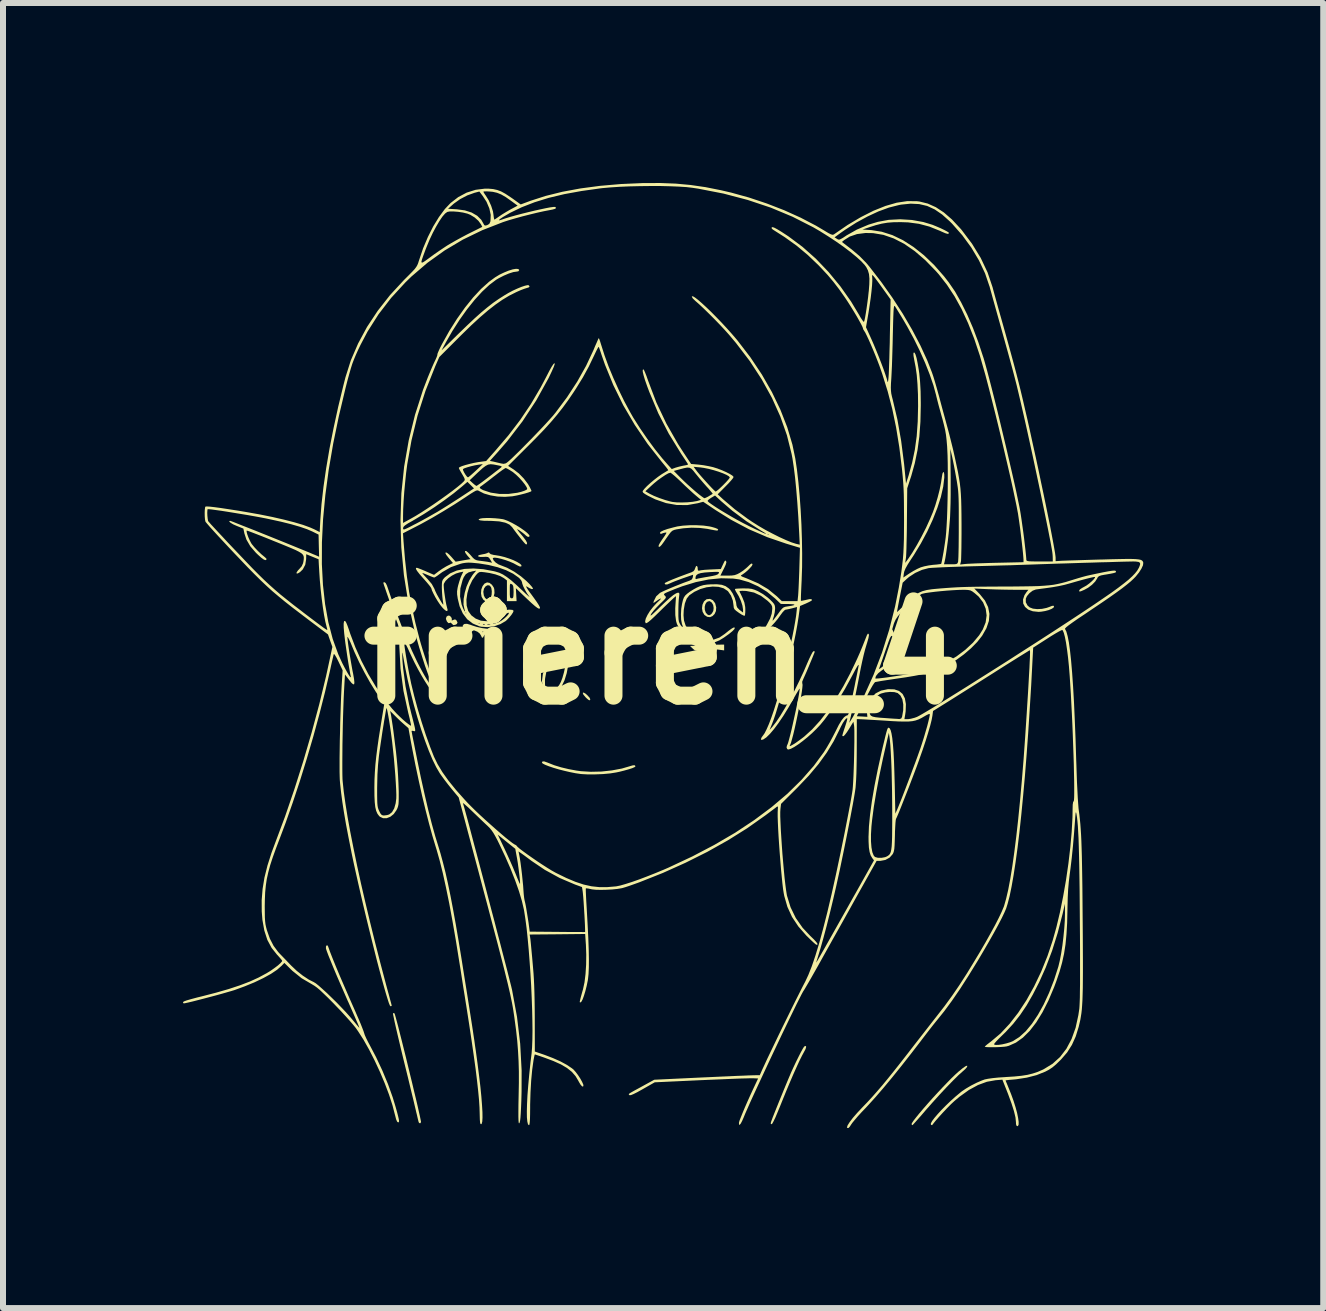
<source format=kicad_pcb>
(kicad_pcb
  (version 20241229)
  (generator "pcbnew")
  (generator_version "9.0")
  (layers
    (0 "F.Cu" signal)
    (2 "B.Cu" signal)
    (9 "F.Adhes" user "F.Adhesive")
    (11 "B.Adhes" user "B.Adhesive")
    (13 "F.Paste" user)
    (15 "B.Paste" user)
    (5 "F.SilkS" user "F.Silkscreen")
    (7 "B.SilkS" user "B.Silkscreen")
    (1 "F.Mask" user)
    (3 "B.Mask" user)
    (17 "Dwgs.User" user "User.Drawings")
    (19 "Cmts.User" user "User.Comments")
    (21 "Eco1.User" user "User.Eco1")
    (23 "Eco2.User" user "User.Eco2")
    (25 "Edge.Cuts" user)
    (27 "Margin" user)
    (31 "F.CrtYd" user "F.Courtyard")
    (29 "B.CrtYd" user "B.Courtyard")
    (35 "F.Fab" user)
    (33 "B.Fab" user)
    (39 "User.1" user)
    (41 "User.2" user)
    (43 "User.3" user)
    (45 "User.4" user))
  (footprint "frieren_4"
    (layer "F.Cu")
    (at 7.995 7.865)
    (property "Reference" "frieren_4" (at 0 0 0) (layer "F.SilkS") (effects (font (size 1.5 1.5) (thickness 0.3))))
    (attr board_only exclude_from_pos_files exclude_from_bom)
    (fp_poly (pts (xy -1.289 0.643) (xy -1.258 0.67) (xy -1.22 0.712) (xy -1.207 0.741) (xy -1.217 0.755) (xy -1.225 0.755) (xy -1.242 0.745) (xy -1.272 0.719) (xy -1.289 0.702) (xy -1.324 0.659) (xy -1.333 0.633) (xy -1.32 0.626)) (stroke (width 0) (type solid)) (fill yes) (layer "F.SilkS"))
    (fp_poly (pts (xy -3.55 -0.653) (xy -3.526 -0.63) (xy -3.514 -0.6) (xy -3.517 -0.586) (xy -3.517 -0.574) (xy -3.498 -0.58) (xy -3.491 -0.584) (xy -3.461 -0.593) (xy -3.44 -0.579) (xy -3.436 -0.573) (xy -3.42 -0.539) (xy -3.433 -0.515) (xy -3.459 -0.502) (xy -3.492 -0.498) (xy -3.513 -0.519) (xy -3.534 -0.539) (xy -3.551 -0.533) (xy -3.571 -0.53) (xy -3.594 -0.554) (xy -3.597 -0.557) (xy -3.614 -0.602) (xy -3.604 -0.638) (xy -3.578 -0.656)) (stroke (width 0) (type solid)) (fill yes) (layer "F.SilkS"))
    (fp_poly (pts (xy 1.023 -0.125) (xy 1.023 -0.076) (xy 0.934 -0.088) (xy 0.882 -0.093) (xy 0.851 -0.09) (xy 0.831 -0.078) (xy 0.819 -0.064) (xy 0.798 -0.041) (xy 0.783 -0.043) (xy 0.773 -0.052) (xy 0.73 -0.08) (xy 0.667 -0.088) (xy 0.61 -0.08) (xy 0.566 -0.072) (xy 0.536 -0.077) (xy 0.507 -0.099) (xy 0.499 -0.107) (xy 0.484 -0.121) (xy 0.761 -0.121) (xy 0.763 -0.111) (xy 0.771 -0.11) (xy 0.784 -0.116) (xy 0.782 -0.121) (xy 0.763 -0.123) (xy 0.761 -0.121) (xy 0.484 -0.121) (xy 0.454 -0.15) (xy 0.609 -0.159) (xy 0.695 -0.164) (xy 0.789 -0.168) (xy 0.873 -0.171) (xy 0.893 -0.171) (xy 1.023 -0.173)) (stroke (width 0) (type solid)) (fill yes) (layer "F.SilkS"))
    (fp_poly (pts (xy 1.527 -0.264) (xy 1.554 -0.24) (xy 1.57 -0.207) (xy 1.571 -0.202) (xy 1.569 -0.175) (xy 1.552 -0.155) (xy 1.512 -0.136) (xy 1.511 -0.136) (xy 1.441 -0.115) (xy 1.383 -0.112) (xy 1.343 -0.128) (xy 1.338 -0.133) (xy 1.328 -0.162) (xy 1.332 -0.195) (xy 1.347 -0.217) (xy 1.358 -0.22) (xy 1.38 -0.21) (xy 1.412 -0.185) (xy 1.419 -0.178) (xy 1.464 -0.136) (xy 1.464 -0.19) (xy 1.465 -0.205) (xy 1.511 -0.205) (xy 1.517 -0.192) (xy 1.521 -0.194) (xy 1.523 -0.213) (xy 1.521 -0.215) (xy 1.512 -0.213) (xy 1.511 -0.205) (xy 1.465 -0.205) (xy 1.467 -0.232) (xy 1.475 -0.262) (xy 1.476 -0.263) (xy 1.498 -0.273)) (stroke (width 0) (type solid)) (fill yes) (layer "F.SilkS"))
    (fp_poly (pts (xy 5.074 6.846) (xy 5.072 6.865) (xy 5.043 6.9) (xy 5.004 6.935) (xy 4.928 7.003) (xy 4.837 7.093) (xy 4.732 7.201) (xy 4.616 7.325) (xy 4.494 7.46) (xy 4.387 7.581) (xy 4.322 7.657) (xy 4.264 7.723) (xy 4.216 7.777) (xy 4.181 7.816) (xy 4.163 7.835) (xy 4.161 7.837) (xy 4.15 7.826) (xy 4.146 7.821) (xy 4.152 7.802) (xy 4.177 7.764) (xy 4.219 7.71) (xy 4.274 7.642) (xy 4.34 7.564) (xy 4.414 7.479) (xy 4.494 7.389) (xy 4.577 7.299) (xy 4.66 7.21) (xy 4.74 7.127) (xy 4.814 7.051) (xy 4.881 6.987) (xy 4.925 6.947) (xy 4.994 6.89) (xy 5.042 6.856) (xy 5.069 6.845)) (stroke (width 0) (type solid)) (fill yes) (layer "F.SilkS"))
    (fp_poly (pts (xy 0.835 -0.912) (xy 0.872 -0.863) (xy 0.875 -0.855) (xy 0.891 -0.791) (xy 0.886 -0.732) (xy 0.864 -0.683) (xy 0.829 -0.648) (xy 0.787 -0.63) (xy 0.74 -0.636) (xy 0.694 -0.667) (xy 0.693 -0.669) (xy 0.664 -0.719) (xy 0.654 -0.778) (xy 0.657 -0.802) (xy 0.699 -0.802) (xy 0.701 -0.751) (xy 0.717 -0.705) (xy 0.746 -0.673) (xy 0.771 -0.662) (xy 0.796 -0.672) (xy 0.818 -0.692) (xy 0.842 -0.733) (xy 0.848 -0.782) (xy 0.84 -0.832) (xy 0.818 -0.872) (xy 0.786 -0.895) (xy 0.772 -0.897) (xy 0.736 -0.884) (xy 0.711 -0.849) (xy 0.699 -0.802) (xy 0.657 -0.802) (xy 0.662 -0.839) (xy 0.687 -0.892) (xy 0.726 -0.926) (xy 0.733 -0.929) (xy 0.787 -0.935)) (stroke (width 0) (type solid)) (fill yes) (layer "F.SilkS"))
    (fp_poly (pts (xy -2.887 -1.201) (xy -2.847 -1.17) (xy -2.817 -1.125) (xy -2.808 -1.098) (xy -2.804 -1.032) (xy -2.818 -0.97) (xy -2.846 -0.92) (xy -2.886 -0.888) (xy -2.917 -0.881) (xy -2.952 -0.892) (xy -2.989 -0.919) (xy -2.99 -0.921) (xy -3.019 -0.969) (xy -3.029 -1.029) (xy -3.027 -1.05) (xy -2.99 -1.05) (xy -2.982 -0.992) (xy -2.961 -0.95) (xy -2.932 -0.927) (xy -2.9 -0.925) (xy -2.87 -0.95) (xy -2.864 -0.961) (xy -2.852 -1.005) (xy -2.849 -1.063) (xy -2.857 -1.115) (xy -2.865 -1.134) (xy -2.891 -1.16) (xy -2.923 -1.161) (xy -2.954 -1.142) (xy -2.979 -1.106) (xy -2.99 -1.057) (xy -2.99 -1.05) (xy -3.027 -1.05) (xy -3.024 -1.091) (xy -3.003 -1.147) (xy -2.971 -1.189) (xy -2.928 -1.209)) (stroke (width 0) (type solid)) (fill yes) (layer "F.SilkS"))
    (fp_poly (pts (xy 2.39 6.531) (xy 2.38 6.567) (xy 2.353 6.618) (xy 2.353 6.618) (xy 2.321 6.677) (xy 2.279 6.761) (xy 2.23 6.868) (xy 2.174 6.993) (xy 2.114 7.133) (xy 2.051 7.284) (xy 1.986 7.444) (xy 1.959 7.511) (xy 1.914 7.62) (xy 1.877 7.708) (xy 1.846 7.772) (xy 1.825 7.81) (xy 1.814 7.821) (xy 1.799 7.812) (xy 1.803 7.786) (xy 1.814 7.756) (xy 1.834 7.702) (xy 1.863 7.629) (xy 1.898 7.542) (xy 1.937 7.445) (xy 1.978 7.345) (xy 2.019 7.244) (xy 2.058 7.15) (xy 2.093 7.066) (xy 2.122 6.998) (xy 2.137 6.962) (xy 2.178 6.872) (xy 2.22 6.783) (xy 2.261 6.7) (xy 2.298 6.627) (xy 2.329 6.57) (xy 2.351 6.534) (xy 2.36 6.523) (xy 2.384 6.516)) (stroke (width 0) (type solid)) (fill yes) (layer "F.SilkS"))
    (fp_poly (pts (xy -1.924 1.792) (xy -1.902 1.801) (xy -1.808 1.838) (xy -1.693 1.873) (xy -1.566 1.903) (xy -1.437 1.927) (xy -1.364 1.937) (xy -1.199 1.947) (xy -1.023 1.943) (xy -0.848 1.924) (xy -0.682 1.893) (xy -0.562 1.858) (xy -0.505 1.841) (xy -0.472 1.837) (xy -0.458 1.848) (xy -0.456 1.859) (xy -0.471 1.87) (xy -0.51 1.887) (xy -0.569 1.906) (xy -0.64 1.926) (xy -0.719 1.946) (xy -0.776 1.958) (xy -0.876 1.974) (xy -0.995 1.985) (xy -1.122 1.99) (xy -1.245 1.991) (xy -1.353 1.985) (xy -1.372 1.983) (xy -1.453 1.971) (xy -1.544 1.953) (xy -1.639 1.931) (xy -1.733 1.907) (xy -1.821 1.881) (xy -1.898 1.855) (xy -1.959 1.831) (xy -2 1.81) (xy -2.014 1.794) (xy -2.005 1.775) (xy -1.976 1.774)) (stroke (width 0) (type solid)) (fill yes) (layer "F.SilkS"))
    (fp_poly (pts (xy -4.471 5.973) (xy -4.464 5.992) (xy -4.451 6.037) (xy -4.432 6.107) (xy -4.408 6.197) (xy -4.381 6.305) (xy -4.35 6.427) (xy -4.317 6.559) (xy -4.282 6.699) (xy -4.247 6.844) (xy -4.212 6.988) (xy -4.177 7.131) (xy -4.145 7.267) (xy -4.114 7.395) (xy -4.087 7.51) (xy -4.065 7.609) (xy -4.047 7.689) (xy -4.035 7.747) (xy -4.029 7.779) (xy -4.029 7.783) (xy -4.038 7.803) (xy -4.057 7.802) (xy -4.068 7.786) (xy -4.074 7.763) (xy -4.085 7.717) (xy -4.099 7.656) (xy -4.107 7.625) (xy -4.117 7.581) (xy -4.134 7.51) (xy -4.156 7.416) (xy -4.184 7.302) (xy -4.215 7.173) (xy -4.249 7.032) (xy -4.286 6.882) (xy -4.323 6.732) (xy -4.359 6.583) (xy -4.392 6.444) (xy -4.422 6.317) (xy -4.448 6.205) (xy -4.469 6.112) (xy -4.484 6.039) (xy -4.494 5.991) (xy -4.496 5.97) (xy -4.496 5.97) (xy -4.477 5.969)) (stroke (width 0) (type solid)) (fill yes) (layer "F.SilkS"))
    (fp_poly (pts (xy -3.2 -0.501) (xy -3.177 -0.492) (xy -3.098 -0.467) (xy -3.007 -0.447) (xy -2.916 -0.435) (xy -2.839 -0.433) (xy -2.821 -0.435) (xy -2.783 -0.435) (xy -2.77 -0.422) (xy -2.77 -0.418) (xy -2.783 -0.397) (xy -2.812 -0.382) (xy -2.843 -0.383) (xy -2.848 -0.385) (xy -2.875 -0.386) (xy -2.914 -0.373) (xy -2.952 -0.35) (xy -2.978 -0.324) (xy -2.982 -0.316) (xy -2.997 -0.288) (xy -3.014 -0.29) (xy -3.028 -0.322) (xy -3.028 -0.322) (xy -3.05 -0.357) (xy -3.086 -0.386) (xy -3.006 -0.386) (xy -2.998 -0.378) (xy -2.99 -0.386) (xy -2.998 -0.393) (xy -3.006 -0.386) (xy -3.086 -0.386) (xy -3.09 -0.388) (xy -3.136 -0.407) (xy -3.153 -0.409) (xy -3.176 -0.396) (xy -3.187 -0.377) (xy -3.203 -0.353) (xy -3.221 -0.355) (xy -3.233 -0.383) (xy -3.234 -0.392) (xy -3.251 -0.433) (xy -3.29 -0.454) (xy -3.309 -0.456) (xy -3.332 -0.466) (xy -3.334 -0.487) (xy -3.317 -0.51) (xy -3.303 -0.517) (xy -3.262 -0.519)) (stroke (width 0) (type solid)) (fill yes) (layer "F.SilkS"))
    (fp_poly (pts (xy -1.696 -0.041) (xy -1.711 -0.013) (xy -1.752 0.029) (xy -1.841 0.116) (xy -1.902 0.2) (xy -1.941 0.288) (xy -1.96 0.386) (xy -1.963 0.417) (xy -1.962 0.503) (xy -1.949 0.562) (xy -1.923 0.597) (xy -1.884 0.611) (xy -1.829 0.602) (xy -1.775 0.564) (xy -1.725 0.5) (xy -1.698 0.45) (xy -1.672 0.381) (xy -1.647 0.292) (xy -1.626 0.196) (xy -1.611 0.103) (xy -1.605 0.026) (xy -1.605 0.022) (xy -1.6 -0.018) (xy -1.582 -0.031) (xy -1.582 -0.031) (xy -1.568 -0.027) (xy -1.561 -0.01) (xy -1.559 0.024) (xy -1.564 0.08) (xy -1.574 0.162) (xy -1.575 0.168) (xy -1.601 0.305) (xy -1.637 0.422) (xy -1.683 0.518) (xy -1.736 0.591) (xy -1.795 0.639) (xy -1.859 0.659) (xy -1.925 0.651) (xy -1.946 0.642) (xy -1.976 0.612) (xy -1.997 0.558) (xy -2.013 0.434) (xy -1.998 0.315) (xy -1.952 0.199) (xy -1.876 0.089) (xy -1.781 -0.005) (xy -1.733 -0.04) (xy -1.704 -0.051)) (stroke (width 0) (type solid)) (fill yes) (layer "F.SilkS"))
    (fp_poly (pts (xy 0.679 -2.156) (xy 0.779 -2.142) (xy 0.815 -2.134) (xy 0.874 -2.117) (xy 0.912 -2.101) (xy 0.924 -2.087) (xy 0.924 -2.087) (xy 0.919 -2.079) (xy 0.911 -2.074) (xy 0.893 -2.074) (xy 0.859 -2.079) (xy 0.805 -2.089) (xy 0.74 -2.102) (xy 0.617 -2.117) (xy 0.48 -2.121) (xy 0.341 -2.111) (xy 0.228 -2.093) (xy 0.191 -2.084) (xy 0.162 -2.071) (xy 0.136 -2.049) (xy 0.107 -2.012) (xy 0.067 -1.955) (xy 0.063 -1.95) (xy 0.015 -1.88) (xy -0.019 -1.834) (xy -0.043 -1.809) (xy -0.058 -1.801) (xy -0.069 -1.806) (xy -0.07 -1.809) (xy -0.067 -1.829) (xy -0.048 -1.866) (xy -0.017 -1.914) (xy -0.009 -1.926) (xy 0.025 -1.974) (xy 0.05 -2.013) (xy 0.062 -2.035) (xy 0.063 -2.037) (xy 0.049 -2.041) (xy 0.01 -2.032) (xy -0.028 -2.018) (xy -0.044 -2.024) (xy -0.047 -2.036) (xy -0.032 -2.054) (xy 0.012 -2.076) (xy 0.081 -2.1) (xy 0.174 -2.125) (xy 0.244 -2.142) (xy 0.336 -2.155) (xy 0.447 -2.162) (xy 0.565 -2.162)) (stroke (width 0) (type solid)) (fill yes) (layer "F.SilkS"))
    (fp_poly (pts (xy -2.873 -2.282) (xy -2.795 -2.278) (xy -2.722 -2.271) (xy -2.662 -2.262) (xy -2.643 -2.257) (xy -2.584 -2.235) (xy -2.515 -2.202) (xy -2.443 -2.162) (xy -2.372 -2.118) (xy -2.309 -2.074) (xy -2.259 -2.034) (xy -2.227 -2) (xy -2.219 -1.982) (xy -2.23 -1.968) (xy -2.254 -1.971) (xy -2.28 -1.989) (xy -2.283 -1.992) (xy -2.308 -2.015) (xy -2.348 -2.046) (xy -2.375 -2.066) (xy -2.406 -2.086) (xy -2.424 -2.096) (xy -2.426 -2.093) (xy -2.413 -2.073) (xy -2.383 -2.035) (xy -2.334 -1.977) (xy -2.323 -1.963) (xy -2.281 -1.907) (xy -2.261 -1.867) (xy -2.264 -1.846) (xy -2.279 -1.842) (xy -2.293 -1.854) (xy -2.321 -1.885) (xy -2.359 -1.931) (xy -2.385 -1.964) (xy -2.43 -2.021) (xy -2.47 -2.074) (xy -2.5 -2.115) (xy -2.509 -2.128) (xy -2.555 -2.173) (xy -2.626 -2.205) (xy -2.725 -2.226) (xy -2.851 -2.234) (xy -2.888 -2.235) (xy -2.978 -2.236) (xy -3.037 -2.242) (xy -3.067 -2.25) (xy -3.065 -2.262) (xy -3.044 -2.272) (xy -3.006 -2.279) (xy -2.946 -2.282)) (stroke (width 0) (type solid)) (fill yes) (layer "F.SilkS"))
    (fp_poly (pts (xy -3.275 -1.732) (xy -3.243 -1.706) (xy -3.203 -1.664) (xy -3.163 -1.618) (xy -3.132 -1.592) (xy -3.099 -1.578) (xy -3.056 -1.57) (xy -3.04 -1.569) (xy -2.979 -1.561) (xy -2.922 -1.553) (xy -2.897 -1.548) (xy -2.844 -1.537) (xy -2.874 -1.588) (xy -2.893 -1.617) (xy -2.913 -1.632) (xy -2.946 -1.636) (xy -2.989 -1.634) (xy -3.045 -1.634) (xy -3.075 -1.642) (xy -3.079 -1.653) (xy -3.055 -1.666) (xy -3.01 -1.676) (xy -2.962 -1.685) (xy -2.925 -1.697) (xy -2.916 -1.703) (xy -2.896 -1.709) (xy -2.887 -1.696) (xy -2.865 -1.679) (xy -2.814 -1.666) (xy -2.788 -1.663) (xy -2.716 -1.651) (xy -2.638 -1.632) (xy -2.561 -1.607) (xy -2.49 -1.58) (xy -2.428 -1.55) (xy -2.382 -1.522) (xy -2.356 -1.498) (xy -2.356 -1.478) (xy -2.357 -1.477) (xy -2.38 -1.473) (xy -2.423 -1.493) (xy -2.434 -1.499) (xy -2.489 -1.529) (xy -2.554 -1.557) (xy -2.624 -1.582) (xy -2.692 -1.602) (xy -2.753 -1.616) (xy -2.8 -1.622) (xy -2.828 -1.617) (xy -2.833 -1.609) (xy -2.819 -1.576) (xy -2.784 -1.54) (xy -2.737 -1.509) (xy -2.704 -1.496) (xy -2.594 -1.453) (xy -2.477 -1.389) (xy -2.363 -1.31) (xy -2.276 -1.236) (xy -2.222 -1.183) (xy -2.184 -1.14) (xy -2.164 -1.112) (xy -2.163 -1.103) (xy -2.181 -1.097) (xy -2.218 -1.112) (xy -2.23 -1.119) (xy -2.265 -1.14) (xy -2.278 -1.144) (xy -2.274 -1.133) (xy -2.268 -1.121) (xy -2.249 -1.09) (xy -2.219 -1.047) (xy -2.199 -1.021) (xy -2.145 -0.947) (xy -2.099 -0.882) (xy -2.066 -0.831) (xy -2.048 -0.797) (xy -2.046 -0.788) (xy -2.05 -0.773) (xy -2.064 -0.771) (xy -2.089 -0.784) (xy -2.129 -0.814) (xy -2.184 -0.862) (xy -2.257 -0.93) (xy -2.33 -0.999) (xy -2.448 -1.113) (xy -2.442 -1.005) (xy -2.436 -0.897) (xy -2.516 -0.897) (xy -2.597 -0.897) (xy -2.597 -1.069) (xy -2.597 -1.071) (xy -2.549 -1.071) (xy -2.549 -1.008) (xy -2.546 -0.97) (xy -2.539 -0.951) (xy -2.526 -0.945) (xy -2.518 -0.944) (xy -2.501 -0.947) (xy -2.492 -0.961) (xy -2.488 -0.991) (xy -2.486 -1.046) (xy -2.486 -1.054) (xy -2.488 -1.114) (xy -2.493 -1.15) (xy -2.504 -1.17) (xy -2.518 -1.18) (xy -2.534 -1.187) (xy -2.543 -1.183) (xy -2.548 -1.162) (xy -2.549 -1.119) (xy -2.549 -1.071) (xy -2.597 -1.071) (xy -2.597 -1.242) (xy -2.648 -1.281) (xy -2.707 -1.314) (xy -2.789 -1.343) (xy -2.887 -1.366) (xy -2.975 -1.379) (xy -3.026 -1.384) (xy -3.058 -1.38) (xy -3.083 -1.363) (xy -3.113 -1.331) (xy -3.175 -1.243) (xy -3.224 -1.14) (xy -3.256 -1.031) (xy -3.272 -0.923) (xy -3.268 -0.822) (xy -3.243 -0.735) (xy -3.241 -0.731) (xy -3.19 -0.66) (xy -3.118 -0.606) (xy -3.031 -0.572) (xy -2.936 -0.562) (xy -2.894 -0.566) (xy -2.801 -0.592) (xy -2.723 -0.64) (xy -2.671 -0.692) (xy -2.635 -0.73) (xy -2.604 -0.749) (xy -2.566 -0.755) (xy -2.552 -0.755) (xy -2.505 -0.751) (xy -2.487 -0.737) (xy -2.486 -0.734) (xy -2.497 -0.707) (xy -2.523 -0.667) (xy -2.56 -0.623) (xy -2.599 -0.582) (xy -2.618 -0.565) (xy -2.706 -0.514) (xy -2.809 -0.479) (xy -2.918 -0.464) (xy -3.021 -0.47) (xy -3.054 -0.477) (xy -3.127 -0.507) (xy -2.999 -0.507) (xy -2.984 -0.505) (xy -2.963 -0.508) (xy -2.963 -0.509) (xy -2.929 -0.509) (xy -2.908 -0.507) (xy -2.904 -0.507) (xy -2.877 -0.508) (xy -2.874 -0.513) (xy -2.876 -0.514) (xy -2.907 -0.517) (xy -2.923 -0.514) (xy -2.929 -0.509) (xy -2.963 -0.509) (xy -2.963 -0.513) (xy -2.984 -0.517) (xy -2.993 -0.514) (xy -2.999 -0.507) (xy -3.127 -0.507) (xy -3.166 -0.524) (xy -3.17 -0.527) (xy -3.069 -0.527) (xy -3.061 -0.519) (xy -3.059 -0.522) (xy -2.832 -0.522) (xy -2.825 -0.52) (xy -2.791 -0.527) (xy -2.745 -0.542) (xy -2.729 -0.549) (xy -2.687 -0.573) (xy -2.644 -0.605) (xy -2.606 -0.639) (xy -2.577 -0.671) (xy -2.564 -0.695) (xy -2.57 -0.705) (xy -2.592 -0.697) (xy -2.627 -0.671) (xy -2.662 -0.638) (xy -2.71 -0.594) (xy -2.761 -0.559) (xy -2.793 -0.543) (xy -2.824 -0.53) (xy -2.832 -0.522) (xy -3.059 -0.522) (xy -3.053 -0.527) (xy -3.061 -0.535) (xy -3.069 -0.527) (xy -3.17 -0.527) (xy -3.259 -0.595) (xy -3.332 -0.691) (xy -3.336 -0.7) (xy -3.289 -0.7) (xy -3.281 -0.692) (xy -3.273 -0.7) (xy -3.281 -0.708) (xy -3.289 -0.7) (xy -3.336 -0.7) (xy -3.386 -0.812) (xy -3.417 -0.939) (xy -3.422 -0.975) (xy -3.378 -0.975) (xy -3.352 -0.84) (xy -3.329 -0.779) (xy -3.311 -0.742) (xy -3.299 -0.725) (xy -3.295 -0.731) (xy -3.304 -0.762) (xy -3.305 -0.764) (xy -3.321 -0.841) (xy -3.318 -0.934) (xy -3.3 -1.037) (xy -3.269 -1.142) (xy -3.225 -1.242) (xy -3.172 -1.329) (xy -3.153 -1.354) (xy -3.109 -1.405) (xy -3.172 -1.394) (xy -3.236 -1.376) (xy -3.282 -1.346) (xy -3.316 -1.296) (xy -3.336 -1.248) (xy -3.373 -1.11) (xy -3.378 -0.975) (xy -3.422 -0.975) (xy -3.427 -1.007) (xy -3.428 -1.061) (xy -3.419 -1.119) (xy -3.41 -1.158) (xy -3.391 -1.224) (xy -3.37 -1.286) (xy -3.353 -1.327) (xy -3.323 -1.388) (xy -3.38 -1.377) (xy -3.447 -1.357) (xy -3.514 -1.322) (xy -3.574 -1.279) (xy -3.621 -1.233) (xy -3.647 -1.189) (xy -3.651 -1.168) (xy -3.648 -1.116) (xy -3.641 -1.048) (xy -3.63 -0.971) (xy -3.619 -0.898) (xy -3.607 -0.837) (xy -3.598 -0.802) (xy -3.586 -0.754) (xy -3.591 -0.731) (xy -3.612 -0.735) (xy -3.648 -0.764) (xy -3.678 -0.796) (xy -3.713 -0.841) (xy -3.752 -0.899) (xy -3.79 -0.962) (xy -3.822 -1.023) (xy -3.846 -1.074) (xy -3.856 -1.107) (xy -3.856 -1.109) (xy -3.866 -1.127) (xy -3.893 -1.163) (xy -3.934 -1.212) (xy -3.984 -1.269) (xy -3.99 -1.275) (xy -4.054 -1.348) (xy -4.067 -1.365) (xy -4.007 -1.365) (xy -3.999 -1.353) (xy -3.973 -1.323) (xy -3.935 -1.282) (xy -3.92 -1.266) (xy -3.849 -1.182) (xy -3.807 -1.105) (xy -3.803 -1.095) (xy -3.788 -1.059) (xy -3.765 -1.011) (xy -3.736 -0.959) (xy -3.707 -0.909) (xy -3.682 -0.868) (xy -3.664 -0.843) (xy -3.657 -0.839) (xy -3.658 -0.855) (xy -3.663 -0.892) (xy -3.668 -0.921) (xy -3.674 -0.977) (xy -3.679 -1.049) (xy -3.682 -1.121) (xy -3.681 -1.183) (xy -3.677 -1.223) (xy -3.667 -1.251) (xy -3.647 -1.277) (xy -3.63 -1.295) (xy -3.543 -1.36) (xy -3.433 -1.407) (xy -3.303 -1.434) (xy -3.155 -1.441) (xy -2.991 -1.429) (xy -2.814 -1.396) (xy -2.786 -1.389) (xy -2.724 -1.37) (xy -2.663 -1.341) (xy -2.597 -1.298) (xy -2.523 -1.241) (xy -2.436 -1.164) (xy -2.338 -1.072) (xy -2.286 -1.022) (xy -2.247 -0.987) (xy -2.224 -0.968) (xy -2.22 -0.967) (xy -2.225 -0.974) (xy -2.262 -1.026) (xy -2.296 -1.085) (xy -2.325 -1.143) (xy -2.342 -1.191) (xy -2.345 -1.21) (xy -2.356 -1.238) (xy -2.384 -1.273) (xy -2.401 -1.289) (xy -2.493 -1.354) (xy -2.612 -1.413) (xy -2.751 -1.462) (xy -2.905 -1.5) (xy -3.069 -1.526) (xy -3.09 -1.528) (xy -3.173 -1.536) (xy -3.235 -1.539) (xy -3.285 -1.536) (xy -3.332 -1.529) (xy -3.368 -1.52) (xy -3.529 -1.464) (xy -3.673 -1.382) (xy -3.714 -1.352) (xy -3.757 -1.32) (xy -3.791 -1.298) (xy -3.808 -1.29) (xy -3.829 -1.296) (xy -3.87 -1.312) (xy -3.913 -1.33) (xy -3.96 -1.35) (xy -3.994 -1.363) (xy -4.007 -1.365) (xy -4.067 -1.365) (xy -4.095 -1.401) (xy -4.114 -1.435) (xy -4.111 -1.451) (xy -4.09 -1.451) (xy -4.066 -1.442) (xy -4.022 -1.425) (xy -3.964 -1.401) (xy -3.94 -1.39) (xy -3.812 -1.335) (xy -3.735 -1.394) (xy -3.676 -1.435) (xy -3.61 -1.475) (xy -3.577 -1.492) (xy -3.496 -1.532) (xy -3.566 -1.614) (xy -3.605 -1.664) (xy -3.622 -1.695) (xy -3.618 -1.709) (xy -3.597 -1.704) (xy -3.561 -1.675) (xy -3.525 -1.637) (xy -3.452 -1.554) (xy -3.328 -1.576) (xy -3.204 -1.597) (xy -3.257 -1.657) (xy -3.289 -1.7) (xy -3.297 -1.727) (xy -3.293 -1.733)) (stroke (width 0) (type solid)) (fill yes) (layer "F.SilkS"))
    (fp_poly (pts (xy 0.216 -7.855) (xy 0.465 -7.832) (xy 0.713 -7.796) (xy 0.969 -7.745) (xy 1.141 -7.705) (xy 1.437 -7.623) (xy 1.733 -7.524) (xy 2.022 -7.412) (xy 2.297 -7.288) (xy 2.552 -7.155) (xy 2.699 -7.068) (xy 2.76 -7.031) (xy 2.802 -7.01) (xy 2.829 -7.002) (xy 2.847 -7.006) (xy 2.851 -7.008) (xy 3.081 -7.166) (xy 3.302 -7.297) (xy 3.512 -7.403) (xy 3.712 -7.483) (xy 3.899 -7.537) (xy 4.073 -7.563) (xy 4.233 -7.562) (xy 4.277 -7.557) (xy 4.415 -7.523) (xy 4.551 -7.462) (xy 4.685 -7.374) (xy 4.82 -7.257) (xy 4.956 -7.111) (xy 4.978 -7.086) (xy 5.154 -6.853) (xy 5.299 -6.616) (xy 5.413 -6.375) (xy 5.496 -6.129) (xy 5.5 -6.114) (xy 5.515 -6.057) (xy 5.537 -5.977) (xy 5.564 -5.879) (xy 5.594 -5.771) (xy 5.626 -5.658) (xy 5.642 -5.602) (xy 5.705 -5.378) (xy 5.76 -5.18) (xy 5.809 -5.001) (xy 5.853 -4.839) (xy 5.893 -4.688) (xy 5.93 -4.543) (xy 5.966 -4.399) (xy 6.001 -4.252) (xy 6.037 -4.096) (xy 6.076 -3.928) (xy 6.118 -3.741) (xy 6.122 -3.722) (xy 6.168 -3.511) (xy 6.215 -3.299) (xy 6.26 -3.09) (xy 6.303 -2.884) (xy 6.345 -2.686) (xy 6.384 -2.497) (xy 6.42 -2.32) (xy 6.453 -2.157) (xy 6.481 -2.011) (xy 6.505 -1.884) (xy 6.524 -1.778) (xy 6.538 -1.697) (xy 6.545 -1.643) (xy 6.547 -1.623) (xy 6.547 -1.563) (xy 6.621 -1.568) (xy 6.654 -1.57) (xy 6.714 -1.572) (xy 6.797 -1.575) (xy 6.9 -1.578) (xy 7.019 -1.582) (xy 7.149 -1.586) (xy 7.287 -1.59) (xy 7.305 -1.59) (xy 7.471 -1.595) (xy 7.607 -1.598) (xy 7.718 -1.6) (xy 7.806 -1.6) (xy 7.874 -1.598) (xy 7.924 -1.593) (xy 7.959 -1.587) (xy 7.982 -1.577) (xy 7.996 -1.565) (xy 8.004 -1.55) (xy 8.008 -1.536) (xy 8.003 -1.495) (xy 7.977 -1.438) (xy 7.936 -1.374) (xy 7.882 -1.307) (xy 7.847 -1.271) (xy 7.798 -1.225) (xy 7.735 -1.173) (xy 7.657 -1.112) (xy 7.56 -1.041) (xy 7.444 -0.959) (xy 7.307 -0.865) (xy 7.145 -0.756) (xy 7.039 -0.684) (xy 6.923 -0.607) (xy 6.834 -0.545) (xy 6.769 -0.498) (xy 6.726 -0.464) (xy 6.705 -0.442) (xy 6.704 -0.433) (xy 6.726 -0.39) (xy 6.747 -0.315) (xy 6.768 -0.21) (xy 6.787 -0.073) (xy 6.805 0.095) (xy 6.822 0.294) (xy 6.838 0.524) (xy 6.853 0.784) (xy 6.866 1.075) (xy 6.879 1.396) (xy 6.89 1.748) (xy 6.893 1.826) (xy 6.898 1.977) (xy 6.903 2.122) (xy 6.91 2.258) (xy 6.916 2.378) (xy 6.923 2.479) (xy 6.929 2.556) (xy 6.933 2.589) (xy 6.943 2.663) (xy 6.951 2.738) (xy 6.959 2.816) (xy 6.965 2.9) (xy 6.971 2.993) (xy 6.976 3.097) (xy 6.98 3.214) (xy 6.984 3.346) (xy 6.987 3.497) (xy 6.99 3.669) (xy 6.993 3.863) (xy 6.995 4.083) (xy 6.997 4.331) (xy 6.998 4.447) (xy 7 4.696) (xy 7.001 4.916) (xy 7.002 5.109) (xy 7.002 5.278) (xy 7.001 5.424) (xy 7 5.551) (xy 6.997 5.66) (xy 6.994 5.755) (xy 6.989 5.836) (xy 6.984 5.907) (xy 6.977 5.969) (xy 6.968 6.026) (xy 6.959 6.08) (xy 6.947 6.132) (xy 6.934 6.186) (xy 6.932 6.196) (xy 6.882 6.358) (xy 6.819 6.498) (xy 6.739 6.624) (xy 6.637 6.742) (xy 6.626 6.753) (xy 6.554 6.823) (xy 6.493 6.874) (xy 6.434 6.913) (xy 6.373 6.945) (xy 6.23 7.002) (xy 6.067 7.044) (xy 5.892 7.071) (xy 5.85 7.075) (xy 5.789 7.08) (xy 5.742 7.085) (xy 5.716 7.089) (xy 5.713 7.09) (xy 5.718 7.105) (xy 5.734 7.142) (xy 5.755 7.194) (xy 5.761 7.209) (xy 5.806 7.321) (xy 5.846 7.431) (xy 5.879 7.536) (xy 5.905 7.632) (xy 5.922 7.716) (xy 5.931 7.782) (xy 5.93 7.829) (xy 5.918 7.851) (xy 5.912 7.853) (xy 5.895 7.845) (xy 5.887 7.818) (xy 5.886 7.786) (xy 5.878 7.707) (xy 5.853 7.603) (xy 5.812 7.474) (xy 5.756 7.321) (xy 5.74 7.28) (xy 5.66 7.078) (xy 5.546 7.087) (xy 5.401 7.113) (xy 5.254 7.167) (xy 5.103 7.249) (xy 4.947 7.361) (xy 4.861 7.433) (xy 4.805 7.485) (xy 4.738 7.553) (xy 4.667 7.628) (xy 4.598 7.704) (xy 4.538 7.773) (xy 4.494 7.829) (xy 4.489 7.836) (xy 4.476 7.833) (xy 4.468 7.826) (xy 4.468 7.806) (xy 4.489 7.767) (xy 4.528 7.715) (xy 4.581 7.653) (xy 4.645 7.583) (xy 4.718 7.509) (xy 4.796 7.434) (xy 4.876 7.362) (xy 4.955 7.296) (xy 4.982 7.274) (xy 5.053 7.226) (xy 5.14 7.175) (xy 5.233 7.128) (xy 5.319 7.091) (xy 5.366 7.074) (xy 5.42 7.063) (xy 5.498 7.052) (xy 5.596 7.042) (xy 5.708 7.035) (xy 5.714 7.034) (xy 5.859 7.025) (xy 5.978 7.013) (xy 6.079 6.997) (xy 6.167 6.975) (xy 6.249 6.948) (xy 6.331 6.912) (xy 6.351 6.902) (xy 6.496 6.813) (xy 6.621 6.7) (xy 6.727 6.562) (xy 6.813 6.4) (xy 6.88 6.213) (xy 6.926 6.002) (xy 6.942 5.895) (xy 6.945 5.853) (xy 6.948 5.791) (xy 6.951 5.71) (xy 6.952 5.606) (xy 6.954 5.479) (xy 6.954 5.328) (xy 6.954 5.15) (xy 6.954 4.946) (xy 6.953 4.712) (xy 6.951 4.456) (xy 6.949 4.176) (xy 6.947 3.925) (xy 6.944 3.703) (xy 6.941 3.506) (xy 6.937 3.334) (xy 6.933 3.184) (xy 6.929 3.056) (xy 6.923 2.946) (xy 6.918 2.853) (xy 6.911 2.775) (xy 6.904 2.711) (xy 6.896 2.66) (xy 6.89 2.631) (xy 6.885 2.621) (xy 6.881 2.634) (xy 6.877 2.671) (xy 6.872 2.736) (xy 6.871 2.754) (xy 6.854 2.974) (xy 6.836 3.185) (xy 6.816 3.382) (xy 6.795 3.558) (xy 6.781 3.663) (xy 6.767 3.78) (xy 6.756 3.904) (xy 6.749 4.042) (xy 6.745 4.202) (xy 6.744 4.257) (xy 6.739 4.468) (xy 6.728 4.654) (xy 6.712 4.822) (xy 6.688 4.977) (xy 6.655 5.127) (xy 6.613 5.277) (xy 6.56 5.434) (xy 6.522 5.536) (xy 6.428 5.758) (xy 6.328 5.955) (xy 6.224 6.124) (xy 6.115 6.265) (xy 6.002 6.377) (xy 5.886 6.46) (xy 5.768 6.513) (xy 5.728 6.524) (xy 5.69 6.529) (xy 5.636 6.533) (xy 5.572 6.536) (xy 5.506 6.537) (xy 5.445 6.537) (xy 5.397 6.535) (xy 5.37 6.531) (xy 5.366 6.529) (xy 5.378 6.515) (xy 5.407 6.49) (xy 5.52 6.49) (xy 5.52 6.491) (xy 5.547 6.499) (xy 5.595 6.498) (xy 5.657 6.489) (xy 5.724 6.474) (xy 5.79 6.454) (xy 5.836 6.435) (xy 5.943 6.367) (xy 6.049 6.271) (xy 6.152 6.147) (xy 6.252 5.997) (xy 6.348 5.825) (xy 6.437 5.632) (xy 6.52 5.42) (xy 6.593 5.192) (xy 6.616 5.096) (xy 6.639 4.977) (xy 6.66 4.842) (xy 6.677 4.7) (xy 6.691 4.559) (xy 6.7 4.426) (xy 6.703 4.31) (xy 6.703 4.304) (xy 6.702 4.147) (xy 6.665 4.308) (xy 6.582 4.63) (xy 6.489 4.928) (xy 6.383 5.207) (xy 6.273 5.453) (xy 6.167 5.66) (xy 6.063 5.841) (xy 5.955 6.001) (xy 5.841 6.146) (xy 5.717 6.281) (xy 5.651 6.345) (xy 5.598 6.397) (xy 5.556 6.441) (xy 5.528 6.474) (xy 5.52 6.49) (xy 5.407 6.49) (xy 5.41 6.488) (xy 5.455 6.453) (xy 5.476 6.437) (xy 5.63 6.307) (xy 5.779 6.148) (xy 5.923 5.963) (xy 6.06 5.755) (xy 6.188 5.525) (xy 6.306 5.278) (xy 6.412 5.015) (xy 6.497 4.761) (xy 6.56 4.537) (xy 6.619 4.289) (xy 6.672 4.026) (xy 6.72 3.753) (xy 6.76 3.477) (xy 6.792 3.205) (xy 6.815 2.945) (xy 6.828 2.703) (xy 6.83 2.57) (xy 6.832 2.495) (xy 6.839 2.45) (xy 6.849 2.436) (xy 6.853 2.419) (xy 6.856 2.373) (xy 6.857 2.302) (xy 6.857 2.208) (xy 6.856 2.094) (xy 6.853 1.963) (xy 6.85 1.818) (xy 6.845 1.662) (xy 6.839 1.497) (xy 6.833 1.327) (xy 6.826 1.155) (xy 6.818 0.982) (xy 6.809 0.813) (xy 6.801 0.65) (xy 6.791 0.496) (xy 6.782 0.354) (xy 6.769 0.19) (xy 6.754 0.041) (xy 6.737 -0.093) (xy 6.72 -0.207) (xy 6.702 -0.299) (xy 6.684 -0.367) (xy 6.667 -0.407) (xy 6.658 -0.416) (xy 6.641 -0.411) (xy 6.602 -0.391) (xy 6.546 -0.359) (xy 6.477 -0.317) (xy 6.408 -0.273) (xy 6.173 -0.122) (xy 6.162 0.085) (xy 6.14 0.505) (xy 6.115 0.909) (xy 6.09 1.298) (xy 6.063 1.669) (xy 6.035 2.021) (xy 6.005 2.353) (xy 5.975 2.664) (xy 5.944 2.953) (xy 5.912 3.218) (xy 5.879 3.459) (xy 5.846 3.674) (xy 5.813 3.861) (xy 5.78 4.021) (xy 5.746 4.151) (xy 5.722 4.227) (xy 5.693 4.294) (xy 5.649 4.386) (xy 5.591 4.498) (xy 5.519 4.63) (xy 5.435 4.779) (xy 5.341 4.941) (xy 5.253 5.09) (xy 5.097 5.343) (xy 4.953 5.568) (xy 4.817 5.766) (xy 4.691 5.937) (xy 4.58 6.075) (xy 4.548 6.114) (xy 4.501 6.173) (xy 4.444 6.246) (xy 4.38 6.329) (xy 4.314 6.415) (xy 4.304 6.429) (xy 4.136 6.647) (xy 3.975 6.852) (xy 3.822 7.042) (xy 3.68 7.213) (xy 3.55 7.364) (xy 3.434 7.492) (xy 3.384 7.546) (xy 3.315 7.618) (xy 3.252 7.687) (xy 3.2 7.748) (xy 3.161 7.795) (xy 3.14 7.825) (xy 3.14 7.825) (xy 3.116 7.862) (xy 3.095 7.883) (xy 3.089 7.884) (xy 3.07 7.879) (xy 3.069 7.876) (xy 3.08 7.84) (xy 3.114 7.786) (xy 3.167 7.716) (xy 3.239 7.633) (xy 3.326 7.54) (xy 3.328 7.538) (xy 3.41 7.453) (xy 3.49 7.366) (xy 3.572 7.273) (xy 3.659 7.172) (xy 3.752 7.059) (xy 3.856 6.93) (xy 3.972 6.783) (xy 4.103 6.615) (xy 4.115 6.599) (xy 4.197 6.493) (xy 4.282 6.384) (xy 4.366 6.276) (xy 4.443 6.177) (xy 4.51 6.091) (xy 4.554 6.035) (xy 4.697 5.851) (xy 4.823 5.678) (xy 4.942 5.504) (xy 5.06 5.321) (xy 5.072 5.302) (xy 5.18 5.125) (xy 5.283 4.954) (xy 5.378 4.791) (xy 5.463 4.639) (xy 5.538 4.502) (xy 5.6 4.381) (xy 5.648 4.28) (xy 5.681 4.201) (xy 5.688 4.183) (xy 5.722 4.063) (xy 5.757 3.913) (xy 5.791 3.733) (xy 5.825 3.525) (xy 5.858 3.29) (xy 5.891 3.028) (xy 5.923 2.741) (xy 5.954 2.43) (xy 5.984 2.096) (xy 6.013 1.74) (xy 6.04 1.362) (xy 6.066 0.965) (xy 6.073 0.85) (xy 6.086 0.648) (xy 6.096 0.476) (xy 6.104 0.331) (xy 6.111 0.211) (xy 6.115 0.116) (xy 6.119 0.041) (xy 6.12 -0.013) (xy 6.121 -0.05) (xy 6.119 -0.071) (xy 6.117 -0.079) (xy 6.117 -0.079) (xy 6.102 -0.071) (xy 6.064 -0.047) (xy 6.004 -0.01) (xy 5.925 0.039) (xy 5.831 0.098) (xy 5.724 0.165) (xy 5.607 0.239) (xy 5.505 0.304) (xy 5.372 0.388) (xy 5.24 0.472) (xy 5.113 0.552) (xy 4.994 0.627) (xy 4.888 0.694) (xy 4.799 0.75) (xy 4.73 0.793) (xy 4.703 0.81) (xy 4.504 0.934) (xy 4.494 1.011) (xy 4.481 1.082) (xy 4.457 1.178) (xy 4.423 1.295) (xy 4.382 1.428) (xy 4.334 1.573) (xy 4.28 1.726) (xy 4.272 1.75) (xy 4.236 1.849) (xy 4.195 1.958) (xy 4.151 2.073) (xy 4.107 2.189) (xy 4.062 2.304) (xy 4.019 2.413) (xy 3.98 2.512) (xy 3.946 2.597) (xy 3.918 2.664) (xy 3.898 2.71) (xy 3.888 2.73) (xy 3.883 2.75) (xy 3.878 2.797) (xy 3.874 2.863) (xy 3.87 2.945) (xy 3.869 3.006) (xy 3.866 3.105) (xy 3.863 3.178) (xy 3.859 3.231) (xy 3.852 3.269) (xy 3.843 3.297) (xy 3.832 3.319) (xy 3.781 3.377) (xy 3.71 3.416) (xy 3.63 3.431) (xy 3.628 3.431) (xy 3.564 3.431) (xy 3.329 3.852) (xy 3.269 3.959) (xy 3.197 4.088) (xy 3.116 4.234) (xy 3.029 4.39) (xy 2.939 4.551) (xy 2.849 4.711) (xy 2.763 4.865) (xy 2.734 4.917) (xy 2.661 5.048) (xy 2.592 5.172) (xy 2.528 5.285) (xy 2.472 5.384) (xy 2.424 5.467) (xy 2.387 5.53) (xy 2.363 5.571) (xy 2.352 5.588) (xy 2.338 5.61) (xy 2.312 5.658) (xy 2.276 5.729) (xy 2.23 5.82) (xy 2.177 5.929) (xy 2.117 6.052) (xy 2.052 6.187) (xy 1.983 6.33) (xy 1.912 6.48) (xy 1.839 6.634) (xy 1.767 6.787) (xy 1.696 6.939) (xy 1.628 7.085) (xy 1.564 7.223) (xy 1.505 7.351) (xy 1.453 7.465) (xy 1.41 7.563) (xy 1.375 7.642) (xy 1.352 7.698) (xy 1.351 7.701) (xy 1.323 7.765) (xy 1.3 7.809) (xy 1.282 7.83) (xy 1.271 7.827) (xy 1.27 7.797) (xy 1.27 7.794) (xy 1.278 7.764) (xy 1.299 7.71) (xy 1.329 7.635) (xy 1.367 7.544) (xy 1.412 7.441) (xy 1.462 7.33) (xy 1.503 7.241) (xy 1.589 7.058) (xy 1.499 7.054) (xy 1.465 7.054) (xy 1.403 7.056) (xy 1.317 7.058) (xy 1.21 7.062) (xy 1.086 7.067) (xy 0.947 7.073) (xy 0.798 7.079) (xy 0.642 7.086) (xy 0.637 7.086) (xy -0.134 7.122) (xy -0.336 7.237) (xy -0.424 7.286) (xy -0.488 7.318) (xy -0.53 7.335) (xy -0.553 7.337) (xy -0.556 7.335) (xy -0.563 7.328) (xy -0.567 7.322) (xy -0.563 7.315) (xy -0.548 7.303) (xy -0.519 7.286) (xy -0.471 7.259) (xy -0.401 7.221) (xy -0.35 7.193) (xy -0.142 7.079) (xy 0.657 7.041) (xy 0.815 7.034) (xy 0.967 7.027) (xy 1.107 7.021) (xy 1.234 7.015) (xy 1.343 7.011) (xy 1.431 7.007) (xy 1.496 7.005) (xy 1.533 7.004) (xy 1.536 7.004) (xy 1.617 7.003) (xy 1.658 6.91) (xy 1.695 6.831) (xy 1.742 6.729) (xy 1.799 6.61) (xy 1.863 6.477) (xy 1.931 6.335) (xy 2.002 6.189) (xy 2.074 6.043) (xy 2.143 5.902) (xy 2.209 5.769) (xy 2.269 5.65) (xy 2.32 5.548) (xy 2.361 5.469) (xy 2.374 5.445) (xy 2.427 5.331) (xy 2.484 5.187) (xy 2.505 5.126) (xy 2.556 5.126) (xy 2.561 5.12) (xy 2.571 5.104) (xy 2.588 5.077) (xy 2.612 5.035) (xy 2.644 4.979) (xy 2.685 4.907) (xy 2.736 4.817) (xy 2.798 4.707) (xy 2.872 4.576) (xy 2.958 4.423) (xy 3.058 4.246) (xy 3.171 4.044) (xy 3.211 3.974) (xy 3.52 3.423) (xy 3.491 3.385) (xy 3.465 3.341) (xy 3.447 3.284) (xy 3.435 3.208) (xy 3.43 3.11) (xy 3.429 3.031) (xy 3.431 2.987) (xy 3.47 2.987) (xy 3.47 3.106) (xy 3.478 3.207) (xy 3.493 3.287) (xy 3.515 3.342) (xy 3.537 3.367) (xy 3.584 3.38) (xy 3.645 3.381) (xy 3.705 3.37) (xy 3.732 3.359) (xy 3.754 3.346) (xy 3.773 3.331) (xy 3.788 3.311) (xy 3.8 3.283) (xy 3.808 3.244) (xy 3.815 3.191) (xy 3.819 3.121) (xy 3.822 3.03) (xy 3.823 2.917) (xy 3.824 2.777) (xy 3.824 2.648) (xy 3.823 2.453) (xy 3.821 2.263) (xy 3.817 2.081) (xy 3.813 1.911) (xy 3.807 1.756) (xy 3.8 1.619) (xy 3.793 1.505) (xy 3.785 1.417) (xy 3.78 1.377) (xy 3.768 1.298) (xy 3.74 1.416) (xy 3.668 1.732) (xy 3.607 2.024) (xy 3.557 2.292) (xy 3.517 2.534) (xy 3.489 2.749) (xy 3.478 2.854) (xy 3.47 2.987) (xy 3.431 2.987) (xy 3.436 2.858) (xy 3.455 2.658) (xy 3.486 2.431) (xy 3.529 2.179) (xy 3.584 1.903) (xy 3.65 1.605) (xy 3.668 1.527) (xy 3.694 1.42) (xy 3.713 1.341) (xy 3.728 1.284) (xy 3.739 1.247) (xy 3.748 1.225) (xy 3.755 1.215) (xy 3.762 1.212) (xy 3.763 1.212) (xy 3.781 1.222) (xy 3.798 1.254) (xy 3.812 1.308) (xy 3.825 1.386) (xy 3.836 1.49) (xy 3.846 1.62) (xy 3.854 1.777) (xy 3.86 1.964) (xy 3.866 2.169) (xy 3.876 2.644) (xy 3.906 2.578) (xy 3.926 2.53) (xy 3.955 2.458) (xy 3.991 2.367) (xy 4.032 2.261) (xy 4.076 2.145) (xy 4.122 2.025) (xy 4.166 1.905) (xy 4.209 1.791) (xy 4.247 1.687) (xy 4.278 1.599) (xy 4.293 1.558) (xy 4.323 1.466) (xy 4.353 1.371) (xy 4.381 1.275) (xy 4.407 1.186) (xy 4.427 1.107) (xy 4.442 1.043) (xy 4.45 1) (xy 4.449 0.982) (xy 4.433 0.985) (xy 4.398 1.001) (xy 4.361 1.022) (xy 4.309 1.052) (xy 4.261 1.075) (xy 4.213 1.092) (xy 4.161 1.103) (xy 4.099 1.109) (xy 4.024 1.11) (xy 3.93 1.108) (xy 3.813 1.102) (xy 3.708 1.095) (xy 3.598 1.088) (xy 3.496 1.082) (xy 3.408 1.077) (xy 3.338 1.073) (xy 3.291 1.071) (xy 3.273 1.07) (xy 3.234 1.07) (xy 3.233 1.554) (xy 3.232 1.705) (xy 3.23 1.847) (xy 3.227 1.975) (xy 3.222 2.085) (xy 3.216 2.172) (xy 3.213 2.211) (xy 3.204 2.276) (xy 3.189 2.367) (xy 3.169 2.481) (xy 3.144 2.614) (xy 3.116 2.762) (xy 3.085 2.921) (xy 3.052 3.087) (xy 3.018 3.256) (xy 2.983 3.424) (xy 2.949 3.588) (xy 2.915 3.742) (xy 2.894 3.839) (xy 2.84 4.073) (xy 2.785 4.301) (xy 2.731 4.516) (xy 2.678 4.715) (xy 2.627 4.895) (xy 2.58 5.05) (xy 2.557 5.122) (xy 2.556 5.126) (xy 2.505 5.126) (xy 2.544 5.01) (xy 2.607 4.803) (xy 2.672 4.564) (xy 2.741 4.294) (xy 2.812 3.993) (xy 2.886 3.66) (xy 2.963 3.296) (xy 3.029 2.973) (xy 3.056 2.835) (xy 3.082 2.701) (xy 3.106 2.576) (xy 3.127 2.464) (xy 3.144 2.369) (xy 3.156 2.297) (xy 3.163 2.25) (xy 3.168 2.196) (xy 3.173 2.118) (xy 3.178 2.022) (xy 3.182 1.914) (xy 3.186 1.797) (xy 3.189 1.677) (xy 3.191 1.559) (xy 3.193 1.448) (xy 3.193 1.349) (xy 3.193 1.267) (xy 3.191 1.206) (xy 3.188 1.173) (xy 3.177 1.113) (xy 3.104 1.233) (xy 3.069 1.287) (xy 3.038 1.328) (xy 3.016 1.351) (xy 3.01 1.353) (xy 2.999 1.353) (xy 2.993 1.349) (xy 2.994 1.335) (xy 3.002 1.307) (xy 3.017 1.258) (xy 3.036 1.201) (xy 3.056 1.14) (xy 3.07 1.091) (xy 3.076 1.061) (xy 3.075 1.056) (xy 3.058 1.058) (xy 3.033 1.086) (xy 3.001 1.134) (xy 2.966 1.2) (xy 2.944 1.247) (xy 2.848 1.439) (xy 2.733 1.628) (xy 2.596 1.818) (xy 2.434 2.011) (xy 2.245 2.21) (xy 2.226 2.229) (xy 1.971 2.482) (xy 1.961 2.568) (xy 1.958 2.617) (xy 1.958 2.692) (xy 1.962 2.79) (xy 1.967 2.905) (xy 1.975 3.034) (xy 1.984 3.171) (xy 1.994 3.312) (xy 2.006 3.453) (xy 2.018 3.588) (xy 2.03 3.714) (xy 2.043 3.826) (xy 2.055 3.919) (xy 2.066 3.989) (xy 2.07 4.011) (xy 2.13 4.205) (xy 2.217 4.384) (xy 2.331 4.547) (xy 2.455 4.679) (xy 2.519 4.741) (xy 2.56 4.786) (xy 2.579 4.814) (xy 2.576 4.829) (xy 2.564 4.831) (xy 2.547 4.821) (xy 2.513 4.792) (xy 2.466 4.748) (xy 2.411 4.694) (xy 2.394 4.678) (xy 2.26 4.525) (xy 2.154 4.366) (xy 2.077 4.198) (xy 2.025 4.017) (xy 2.016 3.971) (xy 2.005 3.902) (xy 1.994 3.809) (xy 1.983 3.698) (xy 1.971 3.573) (xy 1.96 3.438) (xy 1.949 3.299) (xy 1.939 3.159) (xy 1.93 3.024) (xy 1.923 2.898) (xy 1.918 2.786) (xy 1.915 2.692) (xy 1.915 2.621) (xy 1.917 2.583) (xy 1.92 2.541) (xy 1.917 2.525) (xy 1.904 2.528) (xy 1.894 2.535) (xy 1.871 2.553) (xy 1.828 2.585) (xy 1.772 2.627) (xy 1.708 2.675) (xy 1.702 2.679) (xy 1.408 2.887) (xy 1.087 3.088) (xy 0.743 3.281) (xy 0.379 3.463) (xy 0.001 3.633) (xy -0.389 3.788) (xy -0.397 3.791) (xy -0.481 3.821) (xy -0.56 3.849) (xy -0.627 3.871) (xy -0.675 3.885) (xy -0.684 3.887) (xy -0.755 3.899) (xy -0.844 3.908) (xy -0.939 3.913) (xy -1.033 3.915) (xy -1.117 3.913) (xy -1.181 3.906) (xy -1.194 3.903) (xy -1.241 3.893) (xy -1.273 3.889) (xy -1.282 3.89) (xy -1.283 3.906) (xy -1.282 3.95) (xy -1.279 4.016) (xy -1.275 4.1) (xy -1.269 4.197) (xy -1.266 4.249) (xy -1.252 4.499) (xy -1.241 4.719) (xy -1.234 4.909) (xy -1.231 5.072) (xy -1.232 5.207) (xy -1.237 5.317) (xy -1.246 5.402) (xy -1.249 5.422) (xy -1.268 5.515) (xy -1.29 5.602) (xy -1.313 5.678) (xy -1.335 5.739) (xy -1.355 5.777) (xy -1.367 5.788) (xy -1.377 5.791) (xy -1.382 5.788) (xy -1.383 5.775) (xy -1.377 5.748) (xy -1.366 5.703) (xy -1.347 5.634) (xy -1.329 5.571) (xy -1.304 5.455) (xy -1.287 5.316) (xy -1.277 5.159) (xy -1.275 4.993) (xy -1.281 4.824) (xy -1.282 4.815) (xy -1.293 4.65) (xy -1.755 4.655) (xy -2.218 4.659) (xy -2.211 4.702) (xy -2.205 4.744) (xy -2.198 4.813) (xy -2.189 4.909) (xy -2.178 5.026) (xy -2.166 5.162) (xy -2.153 5.315) (xy -2.153 5.319) (xy -2.148 5.397) (xy -2.143 5.501) (xy -2.139 5.623) (xy -2.136 5.758) (xy -2.134 5.898) (xy -2.133 6.039) (xy -2.133 6.086) (xy -2.132 6.609) (xy -1.969 6.665) (xy -1.83 6.718) (xy -1.704 6.774) (xy -1.597 6.832) (xy -1.514 6.888) (xy -1.488 6.909) (xy -1.452 6.949) (xy -1.412 7.002) (xy -1.374 7.06) (xy -1.344 7.115) (xy -1.325 7.158) (xy -1.322 7.174) (xy -1.328 7.194) (xy -1.346 7.188) (xy -1.37 7.161) (xy -1.397 7.116) (xy -1.406 7.098) (xy -1.454 7.018) (xy -1.516 6.947) (xy -1.596 6.883) (xy -1.698 6.823) (xy -1.825 6.766) (xy -1.966 6.713) (xy -2.032 6.69) (xy -2.086 6.672) (xy -2.121 6.66) (xy -2.132 6.657) (xy -2.137 6.671) (xy -2.145 6.708) (xy -2.154 6.755) (xy -2.176 6.914) (xy -2.193 7.095) (xy -2.204 7.291) (xy -2.21 7.493) (xy -2.21 7.542) (xy -2.211 7.654) (xy -2.213 7.737) (xy -2.217 7.793) (xy -2.222 7.826) (xy -2.229 7.837) (xy -2.23 7.837) (xy -2.246 7.822) (xy -2.257 7.777) (xy -2.264 7.705) (xy -2.265 7.607) (xy -2.262 7.485) (xy -2.255 7.34) (xy -2.242 7.174) (xy -2.225 6.989) (xy -2.204 6.787) (xy -2.186 6.641) (xy -2.178 6.541) (xy -2.173 6.413) (xy -2.171 6.263) (xy -2.173 6.093) (xy -2.177 5.909) (xy -2.184 5.715) (xy -2.193 5.514) (xy -2.205 5.31) (xy -2.219 5.109) (xy -2.234 4.913) (xy -2.251 4.728) (xy -2.269 4.556) (xy -2.289 4.403) (xy -2.309 4.273) (xy -2.314 4.244) (xy -2.347 4.102) (xy -2.396 3.938) (xy -2.46 3.757) (xy -2.536 3.564) (xy -2.624 3.363) (xy -2.708 3.185) (xy -2.754 3.09) (xy -2.792 3.019) (xy -2.806 2.994) (xy -2.75 2.994) (xy -2.636 3.232) (xy -2.591 3.329) (xy -2.544 3.433) (xy -2.5 3.533) (xy -2.464 3.62) (xy -2.453 3.646) (xy -2.426 3.713) (xy -2.403 3.768) (xy -2.387 3.804) (xy -2.379 3.816) (xy -2.379 3.816) (xy -2.378 3.799) (xy -2.38 3.757) (xy -2.386 3.699) (xy -2.391 3.656) (xy -2.402 3.568) (xy -2.415 3.472) (xy -2.429 3.386) (xy -2.433 3.366) (xy -2.45 3.274) (xy -2.404 3.274) (xy -2.392 3.333) (xy -2.382 3.386) (xy -2.37 3.464) (xy -2.358 3.556) (xy -2.346 3.656) (xy -2.336 3.755) (xy -2.327 3.846) (xy -2.322 3.919) (xy -2.317 3.987) (xy -2.31 4.049) (xy -2.302 4.094) (xy -2.3 4.101) (xy -2.291 4.139) (xy -2.279 4.2) (xy -2.266 4.278) (xy -2.252 4.365) (xy -2.238 4.453) (xy -2.227 4.536) (xy -2.227 4.536) (xy -2.217 4.611) (xy -1.758 4.615) (xy -1.641 4.616) (xy -1.535 4.617) (xy -1.443 4.617) (xy -1.37 4.617) (xy -1.32 4.618) (xy -1.295 4.617) (xy -1.294 4.617) (xy -1.294 4.602) (xy -1.295 4.56) (xy -1.297 4.496) (xy -1.301 4.415) (xy -1.306 4.322) (xy -1.307 4.31) (xy -1.313 4.21) (xy -1.319 4.117) (xy -1.325 4.036) (xy -1.331 3.973) (xy -1.335 3.937) (xy -1.346 3.868) (xy -1.464 3.825) (xy -1.717 3.717) (xy -1.964 3.582) (xy -2.185 3.433) (xy -2.244 3.389) (xy -2.299 3.348) (xy -2.342 3.317) (xy -2.355 3.308) (xy -2.404 3.274) (xy -2.45 3.274) (xy -2.457 3.231) (xy -2.604 3.113) (xy -2.75 2.994) (xy -2.806 2.994) (xy -2.823 2.965) (xy -2.852 2.923) (xy -2.882 2.886) (xy -2.917 2.851) (xy -2.93 2.839) (xy -2.981 2.791) (xy -3.046 2.729) (xy -3.117 2.661) (xy -3.184 2.597) (xy -3.239 2.544) (xy -3.284 2.504) (xy -3.315 2.477) (xy -3.33 2.469) (xy -3.33 2.471) (xy -3.322 2.497) (xy -3.306 2.552) (xy -3.284 2.632) (xy -3.256 2.734) (xy -3.223 2.857) (xy -3.186 2.997) (xy -3.145 3.153) (xy -3.1 3.32) (xy -3.053 3.498) (xy -3.004 3.683) (xy -2.954 3.872) (xy -2.904 4.064) (xy -2.854 4.255) (xy -2.804 4.443) (xy -2.757 4.626) (xy -2.711 4.8) (xy -2.669 4.963) (xy -2.63 5.113) (xy -2.595 5.248) (xy -2.566 5.363) (xy -2.542 5.458) (xy -2.524 5.529) (xy -2.514 5.573) (xy -2.512 5.579) (xy -2.429 6.031) (xy -2.376 6.478) (xy -2.352 6.924) (xy -2.353 7.279) (xy -2.357 7.429) (xy -2.362 7.55) (xy -2.367 7.645) (xy -2.372 7.715) (xy -2.378 7.764) (xy -2.385 7.793) (xy -2.393 7.805) (xy -2.396 7.806) (xy -2.401 7.794) (xy -2.404 7.758) (xy -2.406 7.696) (xy -2.406 7.608) (xy -2.405 7.49) (xy -2.402 7.345) (xy -2.398 7.131) (xy -2.398 6.941) (xy -2.403 6.766) (xy -2.412 6.6) (xy -2.425 6.433) (xy -2.444 6.259) (xy -2.456 6.169) (xy -2.465 6.103) (xy -2.473 6.041) (xy -2.482 5.981) (xy -2.491 5.921) (xy -2.501 5.86) (xy -2.513 5.796) (xy -2.527 5.728) (xy -2.543 5.652) (xy -2.562 5.569) (xy -2.584 5.475) (xy -2.61 5.37) (xy -2.639 5.252) (xy -2.673 5.118) (xy -2.712 4.968) (xy -2.756 4.798) (xy -2.806 4.609) (xy -2.862 4.398) (xy -2.924 4.162) (xy -2.994 3.901) (xy -3.07 3.613) (xy -3.14 3.352) (xy -3.401 2.374) (xy -3.518 2.233) (xy -3.576 2.161) (xy -3.636 2.083) (xy -3.69 2.009) (xy -3.716 1.972) (xy -3.774 1.873) (xy -3.836 1.747) (xy -3.899 1.597) (xy -3.963 1.427) (xy -4.027 1.24) (xy -4.089 1.041) (xy -4.148 0.833) (xy -4.203 0.619) (xy -4.253 0.405) (xy -4.296 0.192) (xy -4.333 -0.014) (xy -4.333 -0.016) (xy -4.338 -0.038) (xy -4.341 -0.034) (xy -4.341 -0.009) (xy -4.34 0.035) (xy -4.338 0.09) (xy -4.333 0.154) (xy -4.327 0.221) (xy -4.327 0.223) (xy -4.287 0.521) (xy -4.228 0.822) (xy -4.191 0.974) (xy -4.164 1.078) (xy -4.145 1.155) (xy -4.132 1.209) (xy -4.126 1.244) (xy -4.126 1.263) (xy -4.132 1.271) (xy -4.143 1.27) (xy -4.153 1.267) (xy -4.179 1.263) (xy -4.186 1.268) (xy -4.183 1.285) (xy -4.175 1.33) (xy -4.162 1.397) (xy -4.144 1.485) (xy -4.124 1.587) (xy -4.101 1.701) (xy -4.091 1.753) (xy -4.03 2.048) (xy -3.968 2.326) (xy -3.908 2.584) (xy -3.848 2.818) (xy -3.79 3.026) (xy -3.746 3.169) (xy -3.704 3.308) (xy -3.663 3.459) (xy -3.621 3.625) (xy -3.58 3.809) (xy -3.538 4.012) (xy -3.495 4.237) (xy -3.45 4.486) (xy -3.403 4.762) (xy -3.353 5.067) (xy -3.353 5.067) (xy -3.317 5.296) (xy -3.285 5.496) (xy -3.257 5.671) (xy -3.233 5.824) (xy -3.212 5.956) (xy -3.194 6.072) (xy -3.178 6.174) (xy -3.164 6.265) (xy -3.152 6.348) (xy -3.14 6.425) (xy -3.13 6.5) (xy -3.119 6.575) (xy -3.117 6.586) (xy -3.087 6.808) (xy -3.061 7.013) (xy -3.039 7.198) (xy -3.023 7.361) (xy -3.012 7.503) (xy -3.005 7.62) (xy -3.004 7.712) (xy -3.008 7.777) (xy -3.018 7.814) (xy -3.028 7.821) (xy -3.038 7.815) (xy -3.044 7.793) (xy -3.048 7.75) (xy -3.05 7.682) (xy -3.051 7.644) (xy -3.054 7.541) (xy -3.062 7.416) (xy -3.076 7.268) (xy -3.095 7.096) (xy -3.119 6.899) (xy -3.15 6.675) (xy -3.186 6.425) (xy -3.228 6.145) (xy -3.276 5.837) (xy -3.28 5.815) (xy -3.3 5.687) (xy -3.324 5.539) (xy -3.348 5.385) (xy -3.371 5.236) (xy -3.392 5.107) (xy -3.449 4.753) (xy -3.505 4.431) (xy -3.559 4.138) (xy -3.613 3.874) (xy -3.665 3.638) (xy -3.717 3.43) (xy -3.768 3.249) (xy -3.785 3.194) (xy -3.839 3.015) (xy -3.895 2.811) (xy -3.953 2.585) (xy -4.011 2.345) (xy -4.067 2.094) (xy -4.121 1.839) (xy -4.171 1.585) (xy -4.203 1.416) (xy -4.238 1.22) (xy -4.318 1.15) (xy -4.375 1.099) (xy -4.436 1.04) (xy -4.476 1) (xy -4.512 0.964) (xy -4.536 0.941) (xy -4.544 0.937) (xy -4.544 0.938) (xy -4.537 0.961) (xy -4.527 1.011) (xy -4.516 1.083) (xy -4.502 1.173) (xy -4.488 1.275) (xy -4.474 1.385) (xy -4.46 1.498) (xy -4.446 1.61) (xy -4.435 1.716) (xy -4.429 1.778) (xy -4.419 1.891) (xy -4.411 2.015) (xy -4.405 2.137) (xy -4.401 2.245) (xy -4.4 2.282) (xy -4.4 2.373) (xy -4.401 2.439) (xy -4.404 2.486) (xy -4.411 2.521) (xy -4.421 2.552) (xy -4.436 2.583) (xy -4.438 2.587) (xy -4.483 2.651) (xy -4.539 2.696) (xy -4.6 2.72) (xy -4.66 2.721) (xy -4.714 2.696) (xy -4.728 2.682) (xy -4.755 2.646) (xy -4.776 2.598) (xy -4.791 2.535) (xy -4.8 2.454) (xy -4.805 2.349) (xy -4.805 2.326) (xy -4.76 2.326) (xy -4.759 2.407) (xy -4.757 2.467) (xy -4.753 2.511) (xy -4.747 2.545) (xy -4.738 2.573) (xy -4.726 2.601) (xy -4.703 2.645) (xy -4.682 2.668) (xy -4.656 2.675) (xy -4.644 2.675) (xy -4.595 2.669) (xy -4.559 2.658) (xy -4.512 2.62) (xy -4.475 2.556) (xy -4.451 2.471) (xy -4.441 2.392) (xy -4.44 2.329) (xy -4.443 2.24) (xy -4.449 2.131) (xy -4.457 2.005) (xy -4.468 1.869) (xy -4.48 1.727) (xy -4.495 1.585) (xy -4.51 1.448) (xy -4.518 1.385) (xy -4.531 1.288) (xy -4.545 1.192) (xy -4.559 1.101) (xy -4.573 1.02) (xy -4.585 0.954) (xy -4.595 0.908) (xy -4.602 0.886) (xy -4.604 0.885) (xy -4.609 0.902) (xy -4.617 0.946) (xy -4.628 1.011) (xy -4.642 1.092) (xy -4.657 1.186) (xy -4.673 1.286) (xy -4.688 1.388) (xy -4.703 1.488) (xy -4.716 1.58) (xy -4.727 1.66) (xy -4.731 1.692) (xy -4.745 1.831) (xy -4.755 1.992) (xy -4.759 2.165) (xy -4.76 2.219) (xy -4.76 2.326) (xy -4.805 2.326) (xy -4.806 2.218) (xy -4.806 2.203) (xy -4.804 2.078) (xy -4.798 1.955) (xy -4.789 1.829) (xy -4.775 1.694) (xy -4.756 1.544) (xy -4.732 1.376) (xy -4.701 1.182) (xy -4.696 1.15) (xy -4.641 0.813) (xy -4.689 0.749) (xy -4.78 0.618) (xy -4.875 0.464) (xy -4.969 0.296) (xy -5.059 0.122) (xy -5.139 -0.052) (xy -5.177 -0.143) (xy -5.205 -0.211) (xy -5.229 -0.262) (xy -5.247 -0.294) (xy -5.255 -0.302) (xy -5.256 -0.299) (xy -5.253 -0.263) (xy -5.246 -0.202) (xy -5.235 -0.123) (xy -5.221 -0.031) (xy -5.205 0.066) (xy -5.188 0.164) (xy -5.172 0.255) (xy -5.16 0.313) (xy -5.145 0.4) (xy -5.139 0.458) (xy -5.143 0.487) (xy -5.158 0.49) (xy -5.186 0.467) (xy -5.225 0.418) (xy -5.227 0.416) (xy -5.296 0.325) (xy -5.306 0.497) (xy -5.312 0.606) (xy -5.318 0.733) (xy -5.323 0.874) (xy -5.328 1.025) (xy -5.332 1.181) (xy -5.335 1.339) (xy -5.338 1.493) (xy -5.339 1.641) (xy -5.34 1.777) (xy -5.34 1.897) (xy -5.339 1.997) (xy -5.337 2.073) (xy -5.334 2.109) (xy -5.316 2.28) (xy -5.288 2.48) (xy -5.252 2.704) (xy -5.207 2.952) (xy -5.154 3.22) (xy -5.095 3.506) (xy -5.029 3.809) (xy -4.956 4.125) (xy -4.878 4.452) (xy -4.795 4.788) (xy -4.707 5.131) (xy -4.615 5.479) (xy -4.589 5.576) (xy -4.565 5.662) (xy -4.545 5.738) (xy -4.529 5.797) (xy -4.519 5.835) (xy -4.517 5.847) (xy -4.529 5.854) (xy -4.538 5.854) (xy -4.549 5.839) (xy -4.566 5.796) (xy -4.588 5.727) (xy -4.616 5.635) (xy -4.648 5.522) (xy -4.684 5.391) (xy -4.724 5.244) (xy -4.766 5.084) (xy -4.809 4.913) (xy -4.854 4.733) (xy -4.9 4.548) (xy -4.946 4.359) (xy -4.991 4.17) (xy -5.035 3.982) (xy -5.077 3.798) (xy -5.117 3.62) (xy -5.154 3.452) (xy -5.187 3.295) (xy -5.191 3.273) (xy -5.239 3.031) (xy -5.28 2.816) (xy -5.313 2.623) (xy -5.34 2.449) (xy -5.361 2.29) (xy -5.377 2.143) (xy -5.382 2.085) (xy -5.384 2.029) (xy -5.386 1.946) (xy -5.386 1.84) (xy -5.386 1.715) (xy -5.384 1.576) (xy -5.382 1.428) (xy -5.378 1.273) (xy -5.375 1.117) (xy -5.37 0.965) (xy -5.365 0.819) (xy -5.36 0.685) (xy -5.354 0.567) (xy -5.351 0.51) (xy -5.335 0.256) (xy -5.405 0.109) (xy -5.435 0.049) (xy -5.46 0.006) (xy -5.477 -0.016) (xy -5.482 -0.015) (xy -5.488 0.007) (xy -5.499 0.055) (xy -5.515 0.122) (xy -5.533 0.203) (xy -5.547 0.268) (xy -5.629 0.62) (xy -5.722 0.986) (xy -5.824 1.36) (xy -5.934 1.735) (xy -6.048 2.103) (xy -6.166 2.459) (xy -6.284 2.795) (xy -6.379 3.048) (xy -6.445 3.221) (xy -6.499 3.371) (xy -6.542 3.503) (xy -6.574 3.622) (xy -6.599 3.734) (xy -6.615 3.843) (xy -6.626 3.956) (xy -6.631 4.078) (xy -6.633 4.186) (xy -6.632 4.291) (xy -6.631 4.372) (xy -6.627 4.435) (xy -6.621 4.487) (xy -6.611 4.534) (xy -6.598 4.584) (xy -6.598 4.584) (xy -6.548 4.727) (xy -6.486 4.847) (xy -6.41 4.949) (xy -6.388 4.973) (xy -6.338 5.025) (xy -6.277 5.088) (xy -6.216 5.152) (xy -6.194 5.175) (xy -6.1 5.264) (xy -5.999 5.344) (xy -5.899 5.41) (xy -5.816 5.452) (xy -5.783 5.472) (xy -5.733 5.512) (xy -5.67 5.568) (xy -5.596 5.635) (xy -5.517 5.712) (xy -5.435 5.792) (xy -5.355 5.875) (xy -5.28 5.954) (xy -5.215 6.027) (xy -5.181 6.067) (xy -5.136 6.121) (xy -5.098 6.167) (xy -5.072 6.198) (xy -5.063 6.208) (xy -5.059 6.213) (xy -5.057 6.21) (xy -5.061 6.199) (xy -5.07 6.175) (xy -5.086 6.137) (xy -5.11 6.082) (xy -5.143 6.006) (xy -5.186 5.908) (xy -5.241 5.783) (xy -5.248 5.769) (xy -5.316 5.613) (xy -5.381 5.465) (xy -5.44 5.328) (xy -5.492 5.204) (xy -5.536 5.096) (xy -5.572 5.008) (xy -5.597 4.941) (xy -5.611 4.9) (xy -5.613 4.892) (xy -5.613 4.859) (xy -5.602 4.84) (xy -5.587 4.84) (xy -5.577 4.858) (xy -5.547 4.942) (xy -5.504 5.052) (xy -5.449 5.188) (xy -5.382 5.348) (xy -5.303 5.531) (xy -5.215 5.734) (xy -5.116 5.958) (xy -5.109 5.975) (xy -5.07 6.064) (xy -5.035 6.146) (xy -5.007 6.217) (xy -4.987 6.269) (xy -4.978 6.297) (xy -4.966 6.334) (xy -4.942 6.388) (xy -4.91 6.452) (xy -4.89 6.489) (xy -4.778 6.702) (xy -4.673 6.926) (xy -4.579 7.152) (xy -4.501 7.371) (xy -4.455 7.522) (xy -4.428 7.618) (xy -4.41 7.689) (xy -4.399 7.737) (xy -4.395 7.767) (xy -4.398 7.783) (xy -4.406 7.789) (xy -4.411 7.79) (xy -4.427 7.777) (xy -4.444 7.738) (xy -4.461 7.67) (xy -4.462 7.668) (xy -4.504 7.506) (xy -4.562 7.327) (xy -4.633 7.139) (xy -4.714 6.947) (xy -4.802 6.758) (xy -4.894 6.577) (xy -4.987 6.412) (xy -5.079 6.269) (xy -5.12 6.211) (xy -5.16 6.162) (xy -5.217 6.096) (xy -5.287 6.018) (xy -5.365 5.933) (xy -5.447 5.848) (xy -5.484 5.809) (xy -5.577 5.715) (xy -5.653 5.642) (xy -5.713 5.585) (xy -5.763 5.543) (xy -5.805 5.513) (xy -5.843 5.49) (xy -5.846 5.488) (xy -6.019 5.387) (xy -6.172 5.264) (xy -6.21 5.227) (xy -6.306 5.132) (xy -6.352 5.18) (xy -6.427 5.246) (xy -6.53 5.315) (xy -6.657 5.385) (xy -6.803 5.455) (xy -6.966 5.522) (xy -7.138 5.585) (xy -7.191 5.601) (xy -7.264 5.622) (xy -7.351 5.647) (xy -7.449 5.674) (xy -7.551 5.701) (xy -7.653 5.728) (xy -7.75 5.753) (xy -7.836 5.775) (xy -7.908 5.792) (xy -7.959 5.803) (xy -7.984 5.807) (xy -7.984 5.807) (xy -7.994 5.794) (xy -7.995 5.786) (xy -7.98 5.774) (xy -7.935 5.757) (xy -7.859 5.735) (xy -7.754 5.707) (xy -7.684 5.69) (xy -7.444 5.628) (xy -7.232 5.567) (xy -7.045 5.505) (xy -6.88 5.442) (xy -6.734 5.375) (xy -6.604 5.305) (xy -6.535 5.263) (xy -6.47 5.217) (xy -6.413 5.174) (xy -6.37 5.135) (xy -6.346 5.107) (xy -6.342 5.098) (xy -6.352 5.081) (xy -6.38 5.048) (xy -6.418 5.005) (xy -6.429 4.994) (xy -6.519 4.881) (xy -6.59 4.748) (xy -6.64 4.593) (xy -6.672 4.415) (xy -6.683 4.273) (xy -6.684 4.086) (xy -6.669 3.9) (xy -6.638 3.71) (xy -6.588 3.51) (xy -6.52 3.296) (xy -6.456 3.124) (xy -6.295 2.693) (xy -6.14 2.24) (xy -5.991 1.771) (xy -5.852 1.295) (xy -5.724 0.819) (xy -5.611 0.353) (xy -5.548 0.063) (xy -5.506 -0.134) (xy -5.543 -0.238) (xy -5.579 -0.342) (xy -5.878 -0.567) (xy -6.037 -0.688) (xy -6.176 -0.794) (xy -6.297 -0.889) (xy -6.406 -0.979) (xy -6.508 -1.065) (xy -6.605 -1.153) (xy -6.703 -1.246) (xy -6.806 -1.348) (xy -6.919 -1.463) (xy -7.045 -1.595) (xy -7.129 -1.683) (xy -7.229 -1.789) (xy -7.323 -1.89) (xy -7.408 -1.981) (xy -7.482 -2.062) (xy -7.543 -2.129) (xy -7.588 -2.181) (xy -7.615 -2.213) (xy -7.622 -2.224) (xy -7.629 -2.259) (xy -7.633 -2.31) (xy -7.634 -2.367) (xy -7.634 -2.368) (xy -7.591 -2.368) (xy -7.589 -2.319) (xy -7.584 -2.271) (xy -7.578 -2.236) (xy -7.575 -2.229) (xy -7.561 -2.213) (xy -7.529 -2.176) (xy -7.479 -2.122) (xy -7.414 -2.052) (xy -7.337 -1.97) (xy -7.25 -1.876) (xy -7.154 -1.775) (xy -7.09 -1.708) (xy -6.957 -1.568) (xy -6.842 -1.448) (xy -6.739 -1.344) (xy -6.645 -1.252) (xy -6.555 -1.168) (xy -6.465 -1.088) (xy -6.372 -1.008) (xy -6.27 -0.926) (xy -6.157 -0.836) (xy -6.026 -0.736) (xy -5.988 -0.706) (xy -5.868 -0.615) (xy -5.771 -0.542) (xy -5.696 -0.486) (xy -5.643 -0.447) (xy -5.608 -0.424) (xy -5.592 -0.415) (xy -5.591 -0.415) (xy -5.592 -0.431) (xy -5.601 -0.466) (xy -5.603 -0.473) (xy -5.624 -0.558) (xy -5.645 -0.668) (xy -5.665 -0.798) (xy -5.684 -0.942) (xy -5.701 -1.093) (xy -5.715 -1.246) (xy -5.725 -1.395) (xy -5.725 -1.399) (xy -5.732 -1.514) (xy -5.681 -1.514) (xy -5.663 -1.169) (xy -5.627 -0.846) (xy -5.573 -0.544) (xy -5.5 -0.266) (xy -5.408 -0.012) (xy -5.342 0.134) (xy -5.302 0.211) (xy -5.266 0.277) (xy -5.236 0.328) (xy -5.213 0.362) (xy -5.199 0.374) (xy -5.198 0.361) (xy -5.2 0.354) (xy -5.208 0.317) (xy -5.219 0.254) (xy -5.233 0.174) (xy -5.248 0.082) (xy -5.263 -0.016) (xy -5.277 -0.113) (xy -5.29 -0.202) (xy -5.295 -0.241) (xy -5.309 -0.362) (xy -5.317 -0.456) (xy -5.318 -0.522) (xy -5.312 -0.559) (xy -5.304 -0.567) (xy -5.293 -0.564) (xy -5.282 -0.552) (xy -5.27 -0.527) (xy -5.253 -0.485) (xy -5.23 -0.42) (xy -5.208 -0.353) (xy -5.123 -0.128) (xy -5.022 0.098) (xy -4.907 0.319) (xy -4.781 0.529) (xy -4.649 0.722) (xy -4.513 0.892) (xy -4.436 0.976) (xy -4.385 1.026) (xy -4.332 1.076) (xy -4.281 1.12) (xy -4.237 1.154) (xy -4.207 1.175) (xy -4.195 1.179) (xy -4.196 1.162) (xy -4.205 1.121) (xy -4.218 1.06) (xy -4.236 0.987) (xy -4.241 0.968) (xy -4.321 0.6) (xy -4.37 0.232) (xy -4.39 -0.141) (xy -4.391 -0.216) (xy -4.391 -0.29) (xy -4.341 -0.29) (xy -4.333 -0.265) (xy -4.322 -0.252) (xy -4.322 -0.252) (xy -4.32 -0.265) (xy -4.323 -0.284) (xy -4.333 -0.306) (xy -4.34 -0.308) (xy -4.341 -0.29) (xy -4.391 -0.29) (xy -4.391 -0.312) (xy -4.393 -0.384) (xy -4.398 -0.438) (xy -4.405 -0.48) (xy -4.416 -0.517) (xy -4.424 -0.538) (xy -4.438 -0.575) (xy -4.459 -0.632) (xy -4.485 -0.704) (xy -4.514 -0.786) (xy -4.545 -0.873) (xy -4.575 -0.96) (xy -4.603 -1.04) (xy -4.627 -1.111) (xy -4.646 -1.165) (xy -4.656 -1.198) (xy -4.658 -1.205) (xy -4.645 -1.211) (xy -4.636 -1.212) (xy -4.618 -1.198) (xy -4.598 -1.16) (xy -4.587 -1.129) (xy -4.514 -0.914) (xy -4.433 -0.693) (xy -4.349 -0.473) (xy -4.263 -0.263) (xy -4.179 -0.069) (xy -4.099 0.101) (xy -4.099 0.102) (xy -4.057 0.184) (xy -4.013 0.267) (xy -3.968 0.347) (xy -3.925 0.419) (xy -3.887 0.479) (xy -3.857 0.523) (xy -3.837 0.546) (xy -3.831 0.547) (xy -3.833 0.53) (xy -3.846 0.492) (xy -3.866 0.44) (xy -3.872 0.423) (xy -3.915 0.312) (xy -3.963 0.178) (xy -4.011 0.029) (xy -4.059 -0.125) (xy -4.103 -0.279) (xy -4.136 -0.401) (xy -4.24 -0.868) (xy -4.314 -1.331) (xy -4.357 -1.791) (xy -4.365 -2.028) (xy -4.329 -2.028) (xy -4.32 -1.891) (xy -4.295 -1.588) (xy -4.264 -1.309) (xy -4.226 -1.045) (xy -4.179 -0.788) (xy -4.122 -0.532) (xy -4.054 -0.268) (xy -4.034 -0.197) (xy -4.004 -0.096) (xy -3.969 0.014) (xy -3.932 0.128) (xy -3.893 0.239) (xy -3.857 0.341) (xy -3.823 0.429) (xy -3.795 0.496) (xy -3.782 0.524) (xy -3.764 0.572) (xy -3.752 0.624) (xy -3.753 0.663) (xy -3.765 0.677) (xy -3.789 0.667) (xy -3.823 0.636) (xy -3.864 0.586) (xy -3.872 0.574) (xy -3.824 0.574) (xy -3.816 0.582) (xy -3.808 0.574) (xy -3.816 0.567) (xy -3.824 0.574) (xy -3.872 0.574) (xy -3.912 0.518) (xy -3.965 0.436) (xy -4.021 0.342) (xy -4.079 0.238) (xy -4.138 0.125) (xy -4.195 0.007) (xy -4.222 -0.051) (xy -4.252 -0.118) (xy -4.279 -0.17) (xy -4.298 -0.204) (xy -4.308 -0.214) (xy -4.309 -0.213) (xy -4.308 -0.188) (xy -4.303 -0.138) (xy -4.292 -0.067) (xy -4.279 0.018) (xy -4.263 0.113) (xy -4.245 0.212) (xy -4.227 0.31) (xy -4.208 0.402) (xy -4.192 0.48) (xy -4.142 0.685) (xy -4.084 0.9) (xy -4.018 1.119) (xy -3.949 1.331) (xy -3.878 1.529) (xy -3.814 1.693) (xy -3.753 1.819) (xy -3.673 1.952) (xy -3.572 2.094) (xy -3.448 2.247) (xy -3.3 2.413) (xy -3.251 2.466) (xy -3.195 2.523) (xy -3.127 2.59) (xy -3.048 2.665) (xy -2.963 2.743) (xy -2.875 2.822) (xy -2.787 2.9) (xy -2.704 2.972) (xy -2.627 3.038) (xy -2.56 3.092) (xy -2.507 3.133) (xy -2.471 3.157) (xy -2.458 3.163) (xy -2.438 3.175) (xy -2.437 3.179) (xy -2.42 3.198) (xy -2.382 3.231) (xy -2.325 3.274) (xy -2.255 3.325) (xy -2.175 3.381) (xy -2.091 3.439) (xy -2.006 3.495) (xy -1.925 3.547) (xy -1.852 3.592) (xy -1.791 3.626) (xy -1.778 3.633) (xy -1.609 3.716) (xy -1.457 3.78) (xy -1.319 3.826) (xy -1.188 3.855) (xy -1.059 3.869) (xy -0.925 3.869) (xy -0.783 3.857) (xy -0.774 3.856) (xy -0.711 3.843) (xy -0.623 3.818) (xy -0.516 3.784) (xy -0.394 3.741) (xy -0.262 3.691) (xy -0.123 3.636) (xy 0.017 3.578) (xy 0.102 3.541) (xy 0.494 3.357) (xy 0.862 3.164) (xy 1.206 2.963) (xy 1.523 2.753) (xy 1.814 2.536) (xy 2.078 2.312) (xy 2.312 2.082) (xy 2.518 1.847) (xy 2.684 1.621) (xy 2.731 1.546) (xy 2.784 1.455) (xy 2.836 1.358) (xy 2.881 1.271) (xy 2.934 1.165) (xy 2.981 1.088) (xy 3.021 1.038) (xy 3.056 1.012) (xy 3.077 1.007) (xy 3.09 0.993) (xy 3.105 0.957) (xy 3.113 0.925) (xy 3.132 0.838) (xy 3.152 0.739) (xy 3.173 0.634) (xy 3.195 0.529) (xy 3.215 0.428) (xy 3.234 0.337) (xy 3.249 0.261) (xy 3.259 0.207) (xy 3.264 0.181) (xy 3.264 0.165) (xy 3.256 0.169) (xy 3.238 0.196) (xy 3.209 0.246) (xy 3.169 0.322) (xy 3.14 0.376) (xy 3.034 0.57) (xy 2.922 0.756) (xy 2.807 0.928) (xy 2.694 1.08) (xy 2.624 1.165) (xy 2.558 1.235) (xy 2.485 1.306) (xy 2.408 1.374) (xy 2.331 1.436) (xy 2.257 1.491) (xy 2.191 1.534) (xy 2.136 1.563) (xy 2.096 1.576) (xy 2.075 1.57) (xy 2.063 1.541) (xy 2.07 1.509) (xy 2.077 1.495) (xy 2.089 1.464) (xy 2.105 1.407) (xy 2.125 1.33) (xy 2.148 1.237) (xy 2.171 1.134) (xy 2.195 1.025) (xy 2.219 0.917) (xy 2.24 0.814) (xy 2.258 0.721) (xy 2.272 0.644) (xy 2.28 0.587) (xy 2.282 0.561) (xy 2.275 0.567) (xy 2.256 0.597) (xy 2.227 0.645) (xy 2.191 0.708) (xy 2.179 0.73) (xy 2.094 0.878) (xy 2.011 1.013) (xy 1.93 1.133) (xy 1.855 1.234) (xy 1.786 1.315) (xy 1.726 1.374) (xy 1.676 1.408) (xy 1.645 1.416) (xy 1.636 1.406) (xy 1.644 1.38) (xy 1.665 1.349) (xy 1.669 1.345) (xy 1.698 1.303) (xy 1.732 1.236) (xy 1.771 1.146) (xy 1.811 1.04) (xy 1.852 0.921) (xy 1.892 0.793) (xy 1.898 0.775) (xy 1.935 0.641) (xy 1.974 0.493) (xy 2.014 0.335) (xy 2.053 0.172) (xy 2.091 0.008) (xy 2.127 -0.151) (xy 2.159 -0.302) (xy 2.186 -0.438) (xy 2.207 -0.557) (xy 2.222 -0.652) (xy 2.227 -0.694) (xy 2.238 -0.799) (xy 2.154 -0.777) (xy 2.103 -0.765) (xy 2.062 -0.757) (xy 2.046 -0.755) (xy 2.026 -0.742) (xy 1.996 -0.71) (xy 1.962 -0.664) (xy 1.959 -0.66) (xy 1.916 -0.6) (xy 1.867 -0.541) (xy 1.817 -0.487) (xy 1.77 -0.443) (xy 1.732 -0.413) (xy 1.706 -0.401) (xy 1.699 -0.403) (xy 1.696 -0.425) (xy 1.713 -0.466) (xy 1.739 -0.512) (xy 1.788 -0.605) (xy 1.816 -0.688) (xy 1.825 -0.769) (xy 1.825 -0.774) (xy 1.822 -0.808) (xy 1.808 -0.839) (xy 1.778 -0.873) (xy 1.746 -0.903) (xy 1.636 -0.986) (xy 1.521 -1.04) (xy 1.398 -1.065) (xy 1.382 -1.067) (xy 1.327 -1.069) (xy 1.29 -1.067) (xy 1.277 -1.061) (xy 1.277 -1.061) (xy 1.287 -1.04) (xy 1.307 -1) (xy 1.329 -0.953) (xy 1.36 -0.875) (xy 1.374 -0.8) (xy 1.376 -0.762) (xy 1.375 -0.709) (xy 1.371 -0.669) (xy 1.366 -0.653) (xy 1.349 -0.656) (xy 1.314 -0.673) (xy 1.269 -0.702) (xy 1.268 -0.703) (xy 1.221 -0.737) (xy 1.194 -0.763) (xy 1.183 -0.789) (xy 1.18 -0.819) (xy 1.168 -0.905) (xy 1.137 -0.989) (xy 1.09 -1.058) (xy 1.08 -1.068) (xy 1.014 -1.111) (xy 0.93 -1.135) (xy 0.833 -1.14) (xy 0.73 -1.128) (xy 0.625 -1.098) (xy 0.526 -1.052) (xy 0.443 -0.995) (xy 0.399 -0.939) (xy 0.368 -0.857) (xy 0.35 -0.751) (xy 0.346 -0.662) (xy 0.354 -0.573) (xy 0.38 -0.493) (xy 0.428 -0.414) (xy 0.5 -0.33) (xy 0.504 -0.327) (xy 0.592 -0.236) (xy 0.709 -0.236) (xy 0.833 -0.25) (xy 0.944 -0.29) (xy 1.031 -0.349) (xy 1.098 -0.403) (xy 1.146 -0.438) (xy 1.177 -0.456) (xy 1.194 -0.458) (xy 1.201 -0.451) (xy 1.193 -0.43) (xy 1.159 -0.395) (xy 1.104 -0.35) (xy 1.017 -0.288) (xy 0.945 -0.244) (xy 0.878 -0.216) (xy 0.81 -0.2) (xy 0.736 -0.192) (xy 0.669 -0.19) (xy 0.621 -0.193) (xy 0.58 -0.204) (xy 0.531 -0.225) (xy 0.529 -0.227) (xy 0.461 -0.269) (xy 0.386 -0.332) (xy 0.341 -0.377) (xy 0.291 -0.432) (xy 0.258 -0.475) (xy 0.237 -0.514) (xy 0.224 -0.557) (xy 0.22 -0.577) (xy 0.209 -0.665) (xy 0.208 -0.776) (xy 0.211 -0.825) (xy 0.221 -0.981) (xy 0.185 -0.952) (xy 0.163 -0.931) (xy 0.122 -0.893) (xy 0.068 -0.841) (xy 0.004 -0.779) (xy -0.059 -0.717) (xy -0.137 -0.641) (xy -0.196 -0.586) (xy -0.239 -0.55) (xy -0.267 -0.532) (xy -0.282 -0.529) (xy -0.285 -0.53) (xy -0.294 -0.56) (xy -0.283 -0.607) (xy -0.258 -0.659) (xy -0.204 -0.659) (xy -0.197 -0.658) (xy -0.175 -0.674) (xy -0.136 -0.71) (xy -0.077 -0.766) (xy -0.061 -0.783) (xy 0.036 -0.876) (xy 0.115 -0.948) (xy 0.176 -0.998) (xy 0.222 -1.027) (xy 0.253 -1.038) (xy 0.255 -1.038) (xy 0.271 -1.034) (xy 0.277 -1.017) (xy 0.273 -0.979) (xy 0.271 -0.964) (xy 0.266 -0.916) (xy 0.262 -0.847) (xy 0.26 -0.769) (xy 0.26 -0.723) (xy 0.26 -0.647) (xy 0.263 -0.594) (xy 0.269 -0.557) (xy 0.281 -0.527) (xy 0.299 -0.496) (xy 0.303 -0.491) (xy 0.33 -0.453) (xy 0.35 -0.429) (xy 0.356 -0.425) (xy 0.355 -0.436) (xy 0.34 -0.463) (xy 0.339 -0.466) (xy 0.319 -0.517) (xy 0.306 -0.59) (xy 0.303 -0.677) (xy 0.308 -0.769) (xy 0.321 -0.85) (xy 0.336 -0.914) (xy 0.352 -0.957) (xy 0.374 -0.99) (xy 0.405 -1.019) (xy 0.451 -1.054) (xy 0.512 -1.092) (xy 0.565 -1.121) (xy 0.624 -1.148) (xy 0.678 -1.164) (xy 0.74 -1.173) (xy 0.801 -1.177) (xy 0.904 -1.178) (xy 0.984 -1.169) (xy 1.046 -1.147) (xy 1.098 -1.111) (xy 1.123 -1.087) (xy 1.164 -1.027) (xy 1.199 -0.952) (xy 1.222 -0.875) (xy 1.228 -0.825) (xy 1.241 -0.791) (xy 1.277 -0.753) (xy 1.283 -0.749) (xy 1.338 -0.707) (xy 1.338 -0.754) (xy 1.328 -0.821) (xy 1.303 -0.9) (xy 1.266 -0.98) (xy 1.241 -1.021) (xy 1.217 -1.061) (xy 1.204 -1.09) (xy 1.204 -1.1) (xy 1.224 -1.104) (xy 1.267 -1.107) (xy 1.325 -1.109) (xy 1.351 -1.109) (xy 1.423 -1.108) (xy 1.478 -1.102) (xy 1.526 -1.088) (xy 1.581 -1.065) (xy 1.592 -1.059) (xy 1.671 -1.014) (xy 1.75 -0.956) (xy 1.785 -0.925) (xy 1.83 -0.88) (xy 1.856 -0.848) (xy 1.868 -0.819) (xy 1.872 -0.785) (xy 1.872 -0.77) (xy 1.866 -0.709) (xy 1.852 -0.648) (xy 1.849 -0.638) (xy 1.836 -0.599) (xy 1.831 -0.574) (xy 1.832 -0.571) (xy 1.842 -0.581) (xy 1.866 -0.611) (xy 1.9 -0.656) (xy 1.92 -0.683) (xy 1.96 -0.738) (xy 1.99 -0.773) (xy 2.015 -0.793) (xy 2.043 -0.803) (xy 2.08 -0.809) (xy 2.148 -0.82) (xy 2.187 -0.83) (xy 2.195 -0.839) (xy 2.173 -0.845) (xy 2.12 -0.848) (xy 2.097 -0.849) (xy 1.968 -0.85) (xy 1.87 -0.943) (xy 1.737 -1.053) (xy 1.589 -1.144) (xy 1.433 -1.214) (xy 1.276 -1.259) (xy 1.175 -1.273) (xy 0.972 -1.278) (xy 0.766 -1.258) (xy 0.551 -1.214) (xy 0.325 -1.145) (xy 0.204 -1.099) (xy 0.124 -1.067) (xy 0.07 -1.044) (xy 0.037 -1.028) (xy 0.022 -1.016) (xy 0.021 -1.005) (xy 0.03 -0.993) (xy 0.035 -0.988) (xy 0.048 -0.974) (xy 0.052 -0.96) (xy 0.044 -0.942) (xy 0.021 -0.916) (xy -0.021 -0.875) (xy -0.052 -0.845) (xy -0.105 -0.791) (xy -0.152 -0.739) (xy -0.186 -0.695) (xy -0.197 -0.677) (xy -0.204 -0.659) (xy -0.258 -0.659) (xy -0.255 -0.666) (xy -0.214 -0.732) (xy -0.161 -0.8) (xy -0.1 -0.866) (xy -0.081 -0.884) (xy -0.043 -0.92) (xy -0.03 -0.939) (xy -0.04 -0.939) (xy -0.073 -0.921) (xy -0.124 -0.886) (xy -0.15 -0.868) (xy -0.156 -0.872) (xy -0.149 -0.898) (xy -0.11 -0.976) (xy -0.047 -1.034) (xy -0.042 -1.037) (xy -0.01 -1.053) (xy 0.044 -1.078) (xy 0.114 -1.108) (xy 0.193 -1.141) (xy 0.273 -1.173) (xy 0.349 -1.203) (xy 0.413 -1.226) (xy 0.449 -1.239) (xy 0.486 -1.26) (xy 0.49 -1.27) (xy 0.545 -1.27) (xy 0.556 -1.264) (xy 0.565 -1.267) (xy 0.59 -1.274) (xy 0.639 -1.283) (xy 0.704 -1.295) (xy 0.753 -1.303) (xy 0.831 -1.317) (xy 0.882 -1.329) (xy 0.914 -1.342) (xy 0.93 -1.357) (xy 0.932 -1.359) (xy 0.938 -1.373) (xy 0.934 -1.381) (xy 0.915 -1.385) (xy 0.877 -1.385) (xy 0.814 -1.382) (xy 0.793 -1.381) (xy 0.699 -1.374) (xy 0.632 -1.364) (xy 0.588 -1.35) (xy 0.561 -1.331) (xy 0.548 -1.304) (xy 0.547 -1.299) (xy 0.545 -1.27) (xy 0.49 -1.27) (xy 0.501 -1.295) (xy 0.501 -1.295) (xy 0.506 -1.337) (xy 0.344 -1.281) (xy 0.27 -1.254) (xy 0.201 -1.228) (xy 0.146 -1.205) (xy 0.122 -1.194) (xy 0.073 -1.175) (xy 0.041 -1.176) (xy 0.031 -1.194) (xy 0.045 -1.205) (xy 0.084 -1.224) (xy 0.142 -1.25) (xy 0.215 -1.279) (xy 0.297 -1.311) (xy 0.383 -1.343) (xy 0.424 -1.358) (xy 0.479 -1.378) (xy 0.512 -1.396) (xy 0.529 -1.417) (xy 0.539 -1.444) (xy 0.554 -1.479) (xy 0.57 -1.484) (xy 0.581 -1.46) (xy 0.582 -1.437) (xy 0.586 -1.409) (xy 0.604 -1.404) (xy 0.618 -1.408) (xy 0.648 -1.413) (xy 0.701 -1.419) (xy 0.769 -1.423) (xy 0.81 -1.425) (xy 0.968 -1.432) (xy 0.999 -1.499) (xy 1.021 -1.545) (xy 1.034 -1.568) (xy 1.042 -1.574) (xy 1.052 -1.567) (xy 1.056 -1.563) (xy 1.06 -1.542) (xy 1.048 -1.502) (xy 1.019 -1.439) (xy 1.016 -1.434) (xy 0.96 -1.322) (xy 1.082 -1.322) (xy 1.15 -1.324) (xy 1.199 -1.331) (xy 1.241 -1.346) (xy 1.283 -1.368) (xy 1.339 -1.405) (xy 1.393 -1.449) (xy 1.416 -1.47) (xy 1.457 -1.51) (xy 1.483 -1.525) (xy 1.494 -1.516) (xy 1.495 -1.505) (xy 1.484 -1.483) (xy 1.454 -1.449) (xy 1.415 -1.409) (xy 1.371 -1.372) (xy 1.331 -1.343) (xy 1.321 -1.337) (xy 1.305 -1.327) (xy 1.304 -1.318) (xy 1.322 -1.306) (xy 1.363 -1.29) (xy 1.402 -1.275) (xy 1.592 -1.193) (xy 1.756 -1.096) (xy 1.898 -0.98) (xy 1.91 -0.969) (xy 1.984 -0.897) (xy 2.115 -0.897) (xy 2.246 -0.897) (xy 2.256 -0.991) (xy 2.259 -1.035) (xy 2.263 -1.104) (xy 2.267 -1.193) (xy 2.271 -1.294) (xy 2.275 -1.401) (xy 2.276 -1.436) (xy 2.286 -1.786) (xy 2.06 -1.854) (xy 1.742 -1.963) (xy 1.64 -2.007) (xy 1.747 -2.007) (xy 1.755 -1.999) (xy 1.763 -2.007) (xy 1.755 -2.014) (xy 1.747 -2.007) (xy 1.64 -2.007) (xy 1.438 -2.094) (xy 1.142 -2.251) (xy 0.884 -2.412) (xy 0.674 -2.553) (xy 0.585 -2.529) (xy 0.411 -2.498) (xy 0.234 -2.499) (xy 0.055 -2.531) (xy -0.124 -2.593) (xy -0.248 -2.654) (xy -0.299 -2.684) (xy -0.327 -2.705) (xy -0.336 -2.721) (xy -0.334 -2.728) (xy -0.29 -2.728) (xy -0.22 -2.687) (xy -0.147 -2.651) (xy -0.056 -2.615) (xy 0.04 -2.582) (xy 0.13 -2.557) (xy 0.163 -2.55) (xy 0.232 -2.543) (xy 0.318 -2.541) (xy 0.41 -2.544) (xy 0.496 -2.552) (xy 0.564 -2.564) (xy 0.565 -2.564) (xy 0.748 -2.564) (xy 0.77 -2.542) (xy 0.816 -2.509) (xy 0.881 -2.465) (xy 0.96 -2.415) (xy 1.05 -2.361) (xy 1.145 -2.305) (xy 1.242 -2.25) (xy 1.337 -2.199) (xy 1.424 -2.155) (xy 1.424 -2.154) (xy 1.534 -2.1) (xy 1.62 -2.06) (xy 1.68 -2.032) (xy 1.714 -2.019) (xy 1.723 -2.019) (xy 1.704 -2.033) (xy 1.658 -2.061) (xy 1.636 -2.074) (xy 1.392 -2.23) (xy 1.157 -2.405) (xy 0.974 -2.562) (xy 0.871 -2.657) (xy 0.805 -2.618) (xy 0.769 -2.593) (xy 0.749 -2.572) (xy 0.748 -2.564) (xy 0.565 -2.564) (xy 0.574 -2.566) (xy 0.637 -2.585) (xy 0.551 -2.657) (xy 0.506 -2.696) (xy 0.446 -2.751) (xy 0.379 -2.813) (xy 0.312 -2.878) (xy 0.306 -2.884) (xy 0.247 -2.939) (xy 0.195 -2.986) (xy 0.155 -3.019) (xy 0.131 -3.036) (xy 0.127 -3.037) (xy 0.095 -3.028) (xy 0.046 -3.001) (xy -0.014 -2.961) (xy -0.08 -2.914) (xy -0.145 -2.861) (xy -0.183 -2.827) (xy -0.29 -2.728) (xy -0.334 -2.728) (xy -0.331 -2.737) (xy -0.306 -2.769) (xy -0.263 -2.814) (xy -0.206 -2.866) (xy -0.143 -2.919) (xy -0.08 -2.968) (xy -0.023 -3.008) (xy -0.009 -3.017) (xy 0.039 -3.046) (xy 0.073 -3.067) (xy 0.184 -3.067) (xy 0.293 -2.956) (xy 0.349 -2.901) (xy 0.412 -2.842) (xy 0.478 -2.783) (xy 0.543 -2.726) (xy 0.602 -2.677) (xy 0.651 -2.64) (xy 0.684 -2.617) (xy 0.695 -2.612) (xy 0.718 -2.62) (xy 0.756 -2.639) (xy 0.769 -2.647) (xy 0.806 -2.669) (xy 0.829 -2.683) (xy 0.832 -2.685) (xy 0.825 -2.698) (xy 0.8 -2.728) (xy 0.763 -2.772) (xy 0.733 -2.804) (xy 0.675 -2.87) (xy 0.613 -2.942) (xy 0.559 -3.008) (xy 0.546 -3.024) (xy 0.507 -3.073) (xy 0.476 -3.104) (xy 0.446 -3.12) (xy 0.408 -3.123) (xy 0.355 -3.113) (xy 0.28 -3.093) (xy 0.269 -3.09) (xy 0.184 -3.067) (xy 0.073 -3.067) (xy 0.075 -3.068) (xy 0.092 -3.078) (xy 0.092 -3.078) (xy 0.085 -3.091) (xy 0.061 -3.123) (xy 0.024 -3.169) (xy -0.019 -3.221) (xy -0.253 -3.518) (xy -0.466 -3.833) (xy -0.658 -4.16) (xy -0.824 -4.497) (xy -0.963 -4.837) (xy -1.016 -4.989) (xy -1.036 -5.05) (xy -1.053 -5.099) (xy -1.064 -5.13) (xy -1.066 -5.135) (xy -1.075 -5.127) (xy -1.093 -5.096) (xy -1.118 -5.046) (xy -1.14 -4.999) (xy -1.232 -4.807) (xy -1.332 -4.624) (xy -1.447 -4.438) (xy -1.488 -4.375) (xy -1.578 -4.243) (xy -1.668 -4.12) (xy -1.762 -4.001) (xy -1.863 -3.882) (xy -1.976 -3.757) (xy -2.106 -3.622) (xy -2.235 -3.492) (xy -2.577 -3.151) (xy -2.483 -3.09) (xy -2.397 -3.024) (xy -2.315 -2.939) (xy -2.246 -2.848) (xy -2.218 -2.799) (xy -2.199 -2.761) (xy -2.188 -2.735) (xy -2.187 -2.732) (xy -2.202 -2.722) (xy -2.24 -2.708) (xy -2.296 -2.691) (xy -2.362 -2.674) (xy -2.431 -2.658) (xy -2.497 -2.646) (xy -2.509 -2.644) (xy -2.629 -2.635) (xy -2.754 -2.64) (xy -2.873 -2.66) (xy -2.98 -2.691) (xy -3.061 -2.732) (xy -3.077 -2.741) (xy -3.093 -2.743) (xy -3.115 -2.737) (xy -3.147 -2.72) (xy -3.194 -2.691) (xy -3.261 -2.647) (xy -3.292 -2.626) (xy -3.47 -2.51) (xy -3.657 -2.395) (xy -3.845 -2.284) (xy -4.024 -2.185) (xy -4.128 -2.131) (xy -4.329 -2.028) (xy -4.365 -2.028) (xy -4.367 -2.111) (xy -4.328 -2.111) (xy -4.326 -2.098) (xy -4.319 -2.092) (xy -4.302 -2.094) (xy -4.271 -2.107) (xy -4.223 -2.13) (xy -4.153 -2.167) (xy -4.111 -2.188) (xy -4.019 -2.237) (xy -3.921 -2.291) (xy -3.828 -2.344) (xy -3.749 -2.389) (xy -3.738 -2.396) (xy -3.666 -2.44) (xy -3.578 -2.495) (xy -3.484 -2.555) (xy -3.392 -2.614) (xy -3.363 -2.633) (xy -3.146 -2.776) (xy -3.167 -2.797) (xy -3.049 -2.797) (xy -3.046 -2.779) (xy -3.015 -2.758) (xy -2.991 -2.746) (xy -2.866 -2.705) (xy -2.725 -2.684) (xy -2.575 -2.683) (xy -2.425 -2.703) (xy -2.361 -2.718) (xy -2.309 -2.735) (xy -2.272 -2.752) (xy -2.258 -2.766) (xy -2.258 -2.766) (xy -2.269 -2.797) (xy -2.299 -2.843) (xy -2.341 -2.896) (xy -2.391 -2.952) (xy -2.444 -3.003) (xy -2.493 -3.044) (xy -2.504 -3.052) (xy -2.553 -3.083) (xy -2.594 -3.106) (xy -2.617 -3.116) (xy -2.618 -3.116) (xy -2.636 -3.106) (xy -2.674 -3.081) (xy -2.727 -3.042) (xy -2.789 -2.994) (xy -2.817 -2.973) (xy -2.883 -2.921) (xy -2.943 -2.875) (xy -2.99 -2.84) (xy -3.02 -2.818) (xy -3.025 -2.815) (xy -3.049 -2.797) (xy -3.167 -2.797) (xy -3.201 -2.831) (xy -3.255 -2.885) (xy -3.347 -2.806) (xy -3.483 -2.695) (xy -3.64 -2.578) (xy -3.806 -2.462) (xy -3.975 -2.352) (xy -4.135 -2.256) (xy -4.174 -2.233) (xy -4.244 -2.194) (xy -4.289 -2.164) (xy -4.315 -2.142) (xy -4.326 -2.122) (xy -4.328 -2.111) (xy -4.367 -2.111) (xy -4.371 -2.246) (xy -4.356 -2.696) (xy -4.31 -3.139) (xy -4.234 -3.574) (xy -4.129 -4.001) (xy -3.995 -4.419) (xy -3.915 -4.627) (xy -3.881 -4.709) (xy -3.847 -4.79) (xy -3.816 -4.86) (xy -3.792 -4.911) (xy -3.791 -4.912) (xy -3.77 -4.959) (xy -3.757 -4.995) (xy -3.756 -5.009) (xy -3.752 -5.026) (xy -3.736 -5.064) (xy -3.711 -5.119) (xy -3.679 -5.181) (xy -3.558 -5.398) (xy -3.429 -5.602) (xy -3.296 -5.789) (xy -3.161 -5.957) (xy -3.027 -6.101) (xy -2.894 -6.22) (xy -2.794 -6.293) (xy -2.72 -6.338) (xy -2.642 -6.375) (xy -2.568 -6.405) (xy -2.5 -6.426) (xy -2.446 -6.435) (xy -2.408 -6.432) (xy -2.392 -6.416) (xy -2.392 -6.413) (xy -2.406 -6.394) (xy -2.432 -6.389) (xy -2.49 -6.381) (xy -2.565 -6.357) (xy -2.648 -6.322) (xy -2.732 -6.279) (xy -2.776 -6.253) (xy -2.89 -6.167) (xy -3.011 -6.054) (xy -3.135 -5.918) (xy -3.261 -5.761) (xy -3.385 -5.587) (xy -3.505 -5.4) (xy -3.619 -5.202) (xy -3.619 -5.201) (xy -3.687 -5.075) (xy -3.405 -5.352) (xy -3.263 -5.489) (xy -3.138 -5.607) (xy -3.026 -5.707) (xy -2.924 -5.792) (xy -2.828 -5.867) (xy -2.733 -5.933) (xy -2.637 -5.994) (xy -2.573 -6.032) (xy -2.502 -6.07) (xy -2.428 -6.104) (xy -2.358 -6.133) (xy -2.298 -6.153) (xy -2.254 -6.163) (xy -2.234 -6.161) (xy -2.219 -6.142) (xy -2.234 -6.125) (xy -2.27 -6.114) (xy -2.308 -6.102) (xy -2.364 -6.081) (xy -2.428 -6.053) (xy -2.449 -6.043) (xy -2.56 -5.987) (xy -2.673 -5.919) (xy -2.789 -5.838) (xy -2.912 -5.742) (xy -3.045 -5.628) (xy -3.191 -5.494) (xy -3.352 -5.337) (xy -3.4 -5.289) (xy -3.724 -4.965) (xy -3.791 -4.812) (xy -3.954 -4.402) (xy -4.086 -3.99) (xy -4.188 -3.573) (xy -4.258 -3.179) (xy -4.277 -3.034) (xy -4.293 -2.878) (xy -4.308 -2.719) (xy -4.319 -2.565) (xy -4.326 -2.427) (xy -4.328 -2.319) (xy -4.328 -2.2) (xy -4.206 -2.267) (xy -4.123 -2.314) (xy -4.027 -2.373) (xy -3.922 -2.441) (xy -3.813 -2.514) (xy -3.704 -2.59) (xy -3.599 -2.665) (xy -3.503 -2.736) (xy -3.421 -2.8) (xy -3.357 -2.853) (xy -3.315 -2.893) (xy -3.302 -2.91) (xy -3.302 -2.911) (xy -3.218 -2.911) (xy -3.167 -2.864) (xy -3.134 -2.836) (xy -3.11 -2.819) (xy -3.105 -2.817) (xy -3.089 -2.826) (xy -3.053 -2.851) (xy -3.002 -2.888) (xy -2.94 -2.935) (xy -2.914 -2.955) (xy -2.847 -3.006) (xy -2.787 -3.053) (xy -2.738 -3.09) (xy -2.708 -3.114) (xy -2.702 -3.118) (xy -2.686 -3.133) (xy -2.686 -3.143) (xy -2.709 -3.152) (xy -2.752 -3.161) (xy -2.818 -3.174) (xy -2.868 -3.179) (xy -2.911 -3.172) (xy -2.952 -3.151) (xy -3 -3.115) (xy -3.061 -3.059) (xy -3.077 -3.045) (xy -3.218 -2.911) (xy -3.302 -2.911) (xy -3.3 -2.929) (xy -3.31 -2.955) (xy -3.335 -2.999) (xy -3.344 -3.014) (xy -3.372 -3.062) (xy -3.391 -3.097) (xy -3.33 -3.097) (xy -3.327 -3.077) (xy -3.311 -3.043) (xy -3.288 -3.005) (xy -3.265 -2.974) (xy -3.247 -2.959) (xy -3.246 -2.959) (xy -3.23 -2.97) (xy -3.197 -2.997) (xy -3.152 -3.037) (xy -3.116 -3.07) (xy -2.998 -3.181) (xy -3.069 -3.171) (xy -3.131 -3.16) (xy -3.196 -3.145) (xy -3.256 -3.128) (xy -3.303 -3.112) (xy -3.328 -3.099) (xy -3.33 -3.097) (xy -3.391 -3.097) (xy -3.392 -3.099) (xy -3.399 -3.118) (xy -3.399 -3.118) (xy -3.385 -3.13) (xy -3.346 -3.147) (xy -3.29 -3.165) (xy -3.222 -3.183) (xy -3.15 -3.2) (xy -3.08 -3.213) (xy -3.074 -3.214) (xy -2.943 -3.232) (xy -2.793 -3.401) (xy -2.571 -3.661) (xy -2.374 -3.919) (xy -2.197 -4.183) (xy -2.034 -4.46) (xy -1.94 -4.638) (xy -1.889 -4.737) (xy -1.85 -4.806) (xy -1.822 -4.848) (xy -1.805 -4.863) (xy -1.802 -4.862) (xy -1.802 -4.842) (xy -1.818 -4.797) (xy -1.849 -4.727) (xy -1.895 -4.63) (xy -1.907 -4.606) (xy -2.109 -4.241) (xy -2.338 -3.893) (xy -2.593 -3.561) (xy -2.761 -3.368) (xy -2.882 -3.234) (xy -2.822 -3.222) (xy -2.763 -3.208) (xy -2.704 -3.194) (xy -2.702 -3.193) (xy -2.655 -3.185) (xy -2.62 -3.192) (xy -2.599 -3.204) (xy -2.568 -3.229) (xy -2.519 -3.273) (xy -2.456 -3.334) (xy -2.381 -3.407) (xy -2.299 -3.49) (xy -2.212 -3.578) (xy -2.124 -3.669) (xy -2.038 -3.759) (xy -1.958 -3.844) (xy -1.888 -3.921) (xy -1.829 -3.987) (xy -1.788 -4.037) (xy -1.596 -4.294) (xy -1.425 -4.556) (xy -1.278 -4.818) (xy -1.157 -5.075) (xy -1.155 -5.08) (xy -1.125 -5.152) (xy -1.098 -5.213) (xy -1.079 -5.257) (xy -1.068 -5.279) (xy -1.067 -5.28) (xy -1.06 -5.269) (xy -1.047 -5.235) (xy -1.031 -5.183) (xy -1.023 -5.158) (xy -0.97 -4.992) (xy -0.903 -4.808) (xy -0.823 -4.615) (xy -0.735 -4.42) (xy -0.643 -4.231) (xy -0.549 -4.056) (xy -0.492 -3.956) (xy -0.379 -3.778) (xy -0.256 -3.599) (xy -0.131 -3.429) (xy -0.007 -3.275) (xy 0.074 -3.182) (xy 0.15 -3.098) (xy 0.215 -3.122) (xy 0.264 -3.136) (xy 0.514 -3.136) (xy 0.547 -3.091) (xy 0.575 -3.054) (xy 0.616 -3.005) (xy 0.665 -2.949) (xy 0.718 -2.89) (xy 0.77 -2.833) (xy 0.817 -2.783) (xy 0.854 -2.746) (xy 0.877 -2.725) (xy 0.882 -2.723) (xy 0.899 -2.733) (xy 0.933 -2.761) (xy 0.977 -2.802) (xy 1.007 -2.831) (xy 1.054 -2.879) (xy 1.091 -2.92) (xy 1.113 -2.949) (xy 1.117 -2.957) (xy 1.103 -2.977) (xy 1.063 -3.001) (xy 1.004 -3.027) (xy 0.931 -3.054) (xy 0.85 -3.079) (xy 0.766 -3.101) (xy 0.686 -3.117) (xy 0.629 -3.125) (xy 0.514 -3.136) (xy 0.264 -3.136) (xy 0.275 -3.139) (xy 0.34 -3.154) (xy 0.353 -3.156) (xy 0.395 -3.164) (xy 0.419 -3.173) (xy 0.422 -3.177) (xy 0.412 -3.193) (xy 0.388 -3.23) (xy 0.353 -3.283) (xy 0.31 -3.347) (xy 0.297 -3.368) (xy 0.099 -3.69) (xy -0.074 -4.026) (xy -0.223 -4.38) (xy -0.258 -4.473) (xy -0.296 -4.581) (xy -0.32 -4.662) (xy -0.333 -4.718) (xy -0.334 -4.75) (xy -0.323 -4.761) (xy -0.323 -4.761) (xy -0.312 -4.746) (xy -0.295 -4.708) (xy -0.272 -4.65) (xy -0.247 -4.579) (xy -0.241 -4.563) (xy -0.106 -4.206) (xy 0.06 -3.856) (xy 0.255 -3.514) (xy 0.34 -3.382) (xy 0.472 -3.183) (xy 0.598 -3.172) (xy 0.679 -3.162) (xy 0.767 -3.146) (xy 0.838 -3.13) (xy 0.912 -3.107) (xy 0.987 -3.078) (xy 1.057 -3.047) (xy 1.116 -3.017) (xy 1.159 -2.99) (xy 1.179 -2.969) (xy 1.18 -2.966) (xy 1.17 -2.946) (xy 1.141 -2.91) (xy 1.098 -2.862) (xy 1.047 -2.81) (xy 0.915 -2.677) (xy 1.004 -2.595) (xy 1.199 -2.429) (xy 1.415 -2.269) (xy 1.495 -2.215) (xy 1.598 -2.15) (xy 1.711 -2.084) (xy 1.829 -2.022) (xy 1.944 -1.964) (xy 2.052 -1.915) (xy 2.147 -1.876) (xy 2.222 -1.852) (xy 2.235 -1.849) (xy 2.283 -1.838) (xy 2.274 -2.025) (xy 2.259 -2.3) (xy 2.242 -2.546) (xy 2.224 -2.764) (xy 2.205 -2.957) (xy 2.184 -3.125) (xy 2.162 -3.271) (xy 2.147 -3.35) (xy 2.069 -3.662) (xy 1.959 -3.974) (xy 1.819 -4.285) (xy 1.649 -4.593) (xy 1.45 -4.898) (xy 1.221 -5.198) (xy 1.105 -5.336) (xy 1.036 -5.413) (xy 0.954 -5.501) (xy 0.864 -5.594) (xy 0.772 -5.686) (xy 0.684 -5.772) (xy 0.605 -5.846) (xy 0.541 -5.902) (xy 0.54 -5.903) (xy 0.5 -5.942) (xy 0.485 -5.969) (xy 0.486 -5.977) (xy 0.503 -5.977) (xy 0.538 -5.956) (xy 0.589 -5.917) (xy 0.652 -5.862) (xy 0.726 -5.794) (xy 0.807 -5.716) (xy 0.893 -5.629) (xy 0.981 -5.538) (xy 1.068 -5.444) (xy 1.152 -5.35) (xy 1.23 -5.259) (xy 1.245 -5.241) (xy 1.46 -4.961) (xy 1.652 -4.673) (xy 1.819 -4.381) (xy 1.96 -4.088) (xy 2.075 -3.794) (xy 2.161 -3.504) (xy 2.209 -3.273) (xy 2.236 -3.09) (xy 2.26 -2.882) (xy 2.281 -2.656) (xy 2.298 -2.417) (xy 2.311 -2.172) (xy 2.319 -1.928) (xy 2.323 -1.691) (xy 2.322 -1.467) (xy 2.315 -1.263) (xy 2.315 -1.253) (xy 2.31 -1.152) (xy 2.306 -1.062) (xy 2.303 -0.989) (xy 2.302 -0.935) (xy 2.302 -0.906) (xy 2.303 -0.903) (xy 2.319 -0.903) (xy 2.357 -0.911) (xy 2.389 -0.918) (xy 2.443 -0.93) (xy 2.473 -0.931) (xy 2.486 -0.92) (xy 2.486 -0.912) (xy 2.473 -0.901) (xy 2.438 -0.882) (xy 2.389 -0.859) (xy 2.387 -0.858) (xy 2.288 -0.816) (xy 2.262 -0.625) (xy 2.242 -0.499) (xy 2.215 -0.352) (xy 2.182 -0.19) (xy 2.144 -0.017) (xy 2.103 0.162) (xy 2.059 0.342) (xy 2.014 0.518) (xy 1.968 0.686) (xy 1.924 0.839) (xy 1.883 0.975) (xy 1.845 1.087) (xy 1.826 1.137) (xy 1.78 1.251) (xy 1.828 1.196) (xy 1.889 1.117) (xy 1.959 1.013) (xy 2.034 0.889) (xy 2.114 0.749) (xy 2.194 0.598) (xy 2.272 0.44) (xy 2.347 0.28) (xy 2.408 0.138) (xy 2.442 0.061) (xy 2.472 -0.001) (xy 2.495 -0.044) (xy 2.511 -0.063) (xy 2.513 -0.063) (xy 2.532 -0.059) (xy 2.534 -0.057) (xy 2.528 -0.039) (xy 2.512 0.001) (xy 2.489 0.058) (xy 2.461 0.125) (xy 2.431 0.197) (xy 2.402 0.266) (xy 2.375 0.327) (xy 2.354 0.374) (xy 2.344 0.396) (xy 2.324 0.445) (xy 2.325 0.474) (xy 2.327 0.478) (xy 2.33 0.5) (xy 2.326 0.547) (xy 2.317 0.617) (xy 2.303 0.703) (xy 2.285 0.802) (xy 2.265 0.909) (xy 2.243 1.019) (xy 2.22 1.128) (xy 2.197 1.232) (xy 2.175 1.325) (xy 2.154 1.403) (xy 2.137 1.463) (xy 2.123 1.498) (xy 2.114 1.516) (xy 2.119 1.52) (xy 2.142 1.509) (xy 2.171 1.493) (xy 2.213 1.467) (xy 2.269 1.427) (xy 2.331 1.381) (xy 2.359 1.359) (xy 2.489 1.241) (xy 2.621 1.096) (xy 2.754 0.925) (xy 2.884 0.732) (xy 3.01 0.521) (xy 3.13 0.295) (xy 3.131 0.291) (xy 3.19 0.169) (xy 3.24 0.063) (xy 3.285 -0.039) (xy 3.329 -0.145) (xy 3.377 -0.266) (xy 3.402 -0.329) (xy 3.417 -0.354) (xy 3.432 -0.351) (xy 3.436 -0.329) (xy 3.428 -0.282) (xy 3.407 -0.208) (xy 3.393 -0.163) (xy 3.372 -0.092) (xy 3.348 0.002) (xy 3.323 0.11) (xy 3.299 0.223) (xy 3.28 0.323) (xy 3.259 0.432) (xy 3.236 0.549) (xy 3.212 0.668) (xy 3.188 0.784) (xy 3.164 0.891) (xy 3.143 0.985) (xy 3.126 1.06) (xy 3.112 1.112) (xy 3.108 1.125) (xy 3.111 1.126) (xy 3.126 1.103) (xy 3.152 1.061) (xy 3.176 1.021) (xy 3.234 1.021) (xy 3.322 1.026) (xy 3.41 1.031) (xy 3.403 0.958) (xy 3.403 0.95) (xy 3.448 0.95) (xy 3.452 0.986) (xy 3.468 1.011) (xy 3.498 1.027) (xy 3.549 1.038) (xy 3.623 1.046) (xy 3.698 1.051) (xy 3.78 1.057) (xy 3.852 1.062) (xy 3.908 1.065) (xy 3.941 1.068) (xy 3.944 1.068) (xy 3.974 1.059) (xy 3.988 1.031) (xy 4.007 0.922) (xy 4.008 0.824) (xy 3.993 0.74) (xy 3.961 0.676) (xy 3.915 0.635) (xy 3.859 0.619) (xy 3.786 0.616) (xy 3.708 0.624) (xy 3.637 0.643) (xy 3.613 0.654) (xy 3.54 0.709) (xy 3.485 0.784) (xy 3.454 0.872) (xy 3.45 0.901) (xy 3.448 0.95) (xy 3.403 0.95) (xy 3.406 0.866) (xy 3.436 0.778) (xy 3.479 0.71) (xy 3.548 0.64) (xy 3.638 0.594) (xy 3.749 0.571) (xy 3.757 0.57) (xy 3.858 0.573) (xy 3.938 0.6) (xy 3.997 0.65) (xy 4.035 0.723) (xy 4.052 0.819) (xy 4.048 0.938) (xy 4.04 0.995) (xy 4.027 1.07) (xy 4.087 1.07) (xy 4.135 1.063) (xy 4.196 1.047) (xy 4.235 1.033) (xy 4.268 1.016) (xy 4.325 0.984) (xy 4.405 0.937) (xy 4.505 0.877) (xy 4.623 0.805) (xy 4.756 0.722) (xy 4.904 0.63) (xy 5.063 0.531) (xy 5.232 0.424) (xy 5.408 0.313) (xy 5.59 0.198) (xy 5.776 0.08) (xy 5.962 -0.04) (xy 6.148 -0.159) (xy 6.331 -0.277) (xy 6.509 -0.392) (xy 6.679 -0.503) (xy 6.841 -0.609) (xy 6.991 -0.708) (xy 7.003 -0.716) (xy 7.186 -0.838) (xy 7.343 -0.945) (xy 7.478 -1.038) (xy 7.591 -1.12) (xy 7.685 -1.192) (xy 7.762 -1.254) (xy 7.823 -1.31) (xy 7.87 -1.359) (xy 7.906 -1.404) (xy 7.931 -1.447) (xy 7.939 -1.462) (xy 7.955 -1.506) (xy 7.954 -1.534) (xy 7.931 -1.55) (xy 7.883 -1.557) (xy 7.837 -1.558) (xy 7.804 -1.557) (xy 7.743 -1.556) (xy 7.658 -1.554) (xy 7.552 -1.551) (xy 7.43 -1.547) (xy 7.294 -1.544) (xy 7.149 -1.539) (xy 6.999 -1.535) (xy 6.846 -1.53) (xy 6.694 -1.525) (xy 6.548 -1.521) (xy 6.41 -1.516) (xy 6.285 -1.512) (xy 6.176 -1.508) (xy 6.087 -1.505) (xy 6.051 -1.504) (xy 5.99 -1.502) (xy 5.901 -1.499) (xy 5.791 -1.495) (xy 5.664 -1.492) (xy 5.524 -1.488) (xy 5.376 -1.484) (xy 5.226 -1.48) (xy 5.185 -1.479) (xy 5.04 -1.475) (xy 4.901 -1.47) (xy 4.773 -1.466) (xy 4.659 -1.461) (xy 4.563 -1.456) (xy 4.489 -1.452) (xy 4.441 -1.448) (xy 4.43 -1.447) (xy 4.32 -1.418) (xy 4.207 -1.367) (xy 4.106 -1.301) (xy 4.069 -1.27) (xy 3.998 -1.204) (xy 3.95 -0.964) (xy 3.934 -0.881) (xy 3.92 -0.809) (xy 3.91 -0.754) (xy 3.904 -0.722) (xy 3.903 -0.716) (xy 3.913 -0.723) (xy 3.942 -0.749) (xy 3.984 -0.79) (xy 4.037 -0.841) (xy 4.05 -0.854) (xy 4.132 -0.933) (xy 4.202 -0.992) (xy 4.265 -1.035) (xy 4.328 -1.063) (xy 4.399 -1.082) (xy 4.484 -1.095) (xy 4.532 -1.1) (xy 4.634 -1.109) (xy 4.725 -1.116) (xy 4.811 -1.122) (xy 4.894 -1.127) (xy 4.981 -1.131) (xy 5.075 -1.134) (xy 5.182 -1.136) (xy 5.304 -1.138) (xy 5.448 -1.139) (xy 5.617 -1.14) (xy 5.681 -1.14) (xy 5.864 -1.141) (xy 6.02 -1.143) (xy 6.151 -1.145) (xy 6.263 -1.148) (xy 6.357 -1.154) (xy 6.439 -1.161) (xy 6.513 -1.17) (xy 6.581 -1.183) (xy 6.647 -1.198) (xy 6.716 -1.216) (xy 6.791 -1.239) (xy 6.83 -1.251) (xy 6.918 -1.278) (xy 6.993 -1.3) (xy 7.065 -1.319) (xy 7.141 -1.336) (xy 7.23 -1.355) (xy 7.341 -1.378) (xy 7.427 -1.394) (xy 7.486 -1.403) (xy 7.525 -1.406) (xy 7.545 -1.402) (xy 7.553 -1.391) (xy 7.554 -1.385) (xy 7.55 -1.378) (xy 7.536 -1.371) (xy 7.507 -1.363) (xy 7.458 -1.353) (xy 7.383 -1.34) (xy 7.362 -1.337) (xy 7.305 -1.326) (xy 7.271 -1.314) (xy 7.251 -1.297) (xy 7.239 -1.274) (xy 7.206 -1.223) (xy 7.153 -1.169) (xy 7.088 -1.12) (xy 7.024 -1.085) (xy 6.977 -1.065) (xy 6.952 -1.057) (xy 6.942 -1.059) (xy 6.94 -1.072) (xy 6.94 -1.075) (xy 6.953 -1.093) (xy 6.987 -1.116) (xy 7.02 -1.134) (xy 7.061 -1.157) (xy 7.106 -1.19) (xy 7.149 -1.227) (xy 7.183 -1.261) (xy 7.203 -1.288) (xy 7.204 -1.3) (xy 7.186 -1.299) (xy 7.143 -1.29) (xy 7.081 -1.275) (xy 7.004 -1.255) (xy 6.917 -1.231) (xy 6.826 -1.205) (xy 6.767 -1.188) (xy 6.693 -1.168) (xy 6.601 -1.148) (xy 6.506 -1.131) (xy 6.452 -1.123) (xy 6.374 -1.112) (xy 6.303 -1.103) (xy 6.246 -1.095) (xy 6.217 -1.091) (xy 6.164 -1.071) (xy 6.111 -1.03) (xy 6.069 -0.98) (xy 6.05 -0.938) (xy 6.05 -0.878) (xy 6.079 -0.824) (xy 6.116 -0.792) (xy 6.169 -0.772) (xy 6.239 -0.764) (xy 6.319 -0.768) (xy 6.396 -0.784) (xy 6.439 -0.799) (xy 6.485 -0.817) (xy 6.51 -0.821) (xy 6.521 -0.811) (xy 6.521 -0.811) (xy 6.514 -0.79) (xy 6.482 -0.769) (xy 6.432 -0.748) (xy 6.372 -0.732) (xy 6.306 -0.721) (xy 6.263 -0.718) (xy 6.167 -0.728) (xy 6.09 -0.756) (xy 6.037 -0.801) (xy 6.007 -0.857) (xy 6.004 -0.924) (xy 6.028 -0.996) (xy 6.061 -1.046) (xy 6.093 -1.086) (xy 5.882 -1.086) (xy 5.782 -1.087) (xy 5.666 -1.089) (xy 5.546 -1.092) (xy 5.438 -1.096) (xy 5.431 -1.096) (xy 5.192 -1.107) (xy 5.285 -1.011) (xy 5.369 -0.907) (xy 5.422 -0.798) (xy 5.444 -0.685) (xy 5.435 -0.567) (xy 5.394 -0.446) (xy 5.323 -0.321) (xy 5.242 -0.218) (xy 5.138 -0.112) (xy 5.019 -0.01) (xy 4.893 0.082) (xy 4.768 0.157) (xy 4.748 0.167) (xy 4.66 0.21) (xy 4.576 0.246) (xy 4.493 0.277) (xy 4.404 0.303) (xy 4.305 0.327) (xy 4.19 0.349) (xy 4.053 0.372) (xy 3.909 0.393) (xy 3.807 0.408) (xy 3.715 0.422) (xy 3.637 0.434) (xy 3.578 0.445) (xy 3.544 0.451) (xy 3.538 0.453) (xy 3.523 0.47) (xy 3.496 0.511) (xy 3.462 0.571) (xy 3.422 0.646) (xy 3.378 0.732) (xy 3.372 0.743) (xy 3.234 1.021) (xy 3.176 1.021) (xy 3.179 1.015) (xy 3.354 0.684) (xy 3.486 0.391) (xy 3.541 0.391) (xy 3.556 0.393) (xy 3.597 0.391) (xy 3.659 0.384) (xy 3.738 0.374) (xy 3.829 0.361) (xy 3.928 0.346) (xy 4.029 0.33) (xy 4.128 0.313) (xy 4.221 0.297) (xy 4.301 0.281) (xy 4.366 0.267) (xy 4.399 0.259) (xy 4.571 0.199) (xy 4.738 0.119) (xy 4.897 0.023) (xy 5.042 -0.086) (xy 5.169 -0.204) (xy 5.273 -0.328) (xy 5.334 -0.426) (xy 5.381 -0.543) (xy 5.397 -0.659) (xy 5.382 -0.77) (xy 5.338 -0.876) (xy 5.265 -0.972) (xy 5.198 -1.03) (xy 5.159 -1.059) (xy 5.126 -1.076) (xy 5.088 -1.083) (xy 5.035 -1.086) (xy 5.006 -1.086) (xy 4.927 -1.084) (xy 4.834 -1.079) (xy 4.734 -1.072) (xy 4.633 -1.063) (xy 4.536 -1.053) (xy 4.449 -1.042) (xy 4.379 -1.032) (xy 4.33 -1.021) (xy 4.313 -1.016) (xy 4.265 -0.984) (xy 4.202 -0.934) (xy 4.13 -0.87) (xy 4.055 -0.797) (xy 3.982 -0.72) (xy 3.976 -0.713) (xy 3.918 -0.645) (xy 3.88 -0.588) (xy 3.856 -0.534) (xy 3.849 -0.514) (xy 3.824 -0.428) (xy 3.874 -0.322) (xy 3.914 -0.22) (xy 3.931 -0.134) (xy 3.925 -0.058) (xy 3.903 -0.000125) (xy 3.86 0.065) (xy 3.797 0.136) (xy 3.722 0.205) (xy 3.645 0.261) (xy 3.59 0.305) (xy 3.553 0.351) (xy 3.541 0.391) (xy 3.486 0.391) (xy 3.513 0.331) (xy 3.552 0.228) (xy 3.605 0.228) (xy 3.606 0.234) (xy 3.617 0.229) (xy 3.643 0.21) (xy 3.688 0.174) (xy 3.716 0.152) (xy 3.79 0.083) (xy 3.848 0.007) (xy 3.883 -0.067) (xy 3.886 -0.074) (xy 3.891 -0.117) (xy 3.881 -0.172) (xy 3.868 -0.214) (xy 3.849 -0.268) (xy 3.834 -0.304) (xy 3.82 -0.319) (xy 3.805 -0.313) (xy 3.787 -0.283) (xy 3.765 -0.227) (xy 3.736 -0.145) (xy 3.714 -0.083) (xy 3.684 0.005) (xy 3.657 0.084) (xy 3.634 0.149) (xy 3.618 0.194) (xy 3.611 0.212) (xy 3.605 0.228) (xy 3.552 0.228) (xy 3.654 -0.039) (xy 3.774 -0.421) (xy 3.872 -0.809) (xy 3.934 -1.123) (xy 3.957 -1.263) (xy 3.976 -1.384) (xy 3.99 -1.494) (xy 4.002 -1.598) (xy 4.01 -1.702) (xy 4.015 -1.813) (xy 4.019 -1.937) (xy 4.02 -2.079) (xy 4.021 -2.246) (xy 4.021 -2.258) (xy 4.02 -2.419) (xy 4.019 -2.555) (xy 4.017 -2.672) (xy 4.013 -2.776) (xy 4.007 -2.874) (xy 3.999 -2.971) (xy 3.989 -3.075) (xy 3.985 -3.112) (xy 3.942 -3.463) (xy 3.889 -3.789) (xy 3.825 -4.098) (xy 3.748 -4.394) (xy 3.728 -4.457) (xy 3.801 -4.457) (xy 3.803 -4.405) (xy 3.808 -4.358) (xy 3.819 -4.307) (xy 3.832 -4.257) (xy 3.91 -3.925) (xy 3.973 -3.567) (xy 4.022 -3.183) (xy 4.028 -3.124) (xy 4.054 -2.856) (xy 4.097 -2.991) (xy 4.156 -3.205) (xy 4.201 -3.421) (xy 4.232 -3.647) (xy 4.249 -3.89) (xy 4.255 -4.147) (xy 4.253 -4.343) (xy 4.245 -4.513) (xy 4.233 -4.663) (xy 4.214 -4.798) (xy 4.191 -4.916) (xy 4.179 -4.984) (xy 4.177 -5.025) (xy 4.183 -5.04) (xy 4.197 -5.037) (xy 4.213 -5.005) (xy 4.23 -4.947) (xy 4.247 -4.864) (xy 4.265 -4.759) (xy 4.275 -4.69) (xy 4.288 -4.555) (xy 4.297 -4.396) (xy 4.3 -4.208) (xy 4.3 -4.155) (xy 4.294 -3.886) (xy 4.276 -3.64) (xy 4.245 -3.412) (xy 4.2 -3.194) (xy 4.141 -2.982) (xy 4.128 -2.943) (xy 4.074 -2.778) (xy 4.069 -2.243) (xy 4.068 -2.112) (xy 4.066 -1.987) (xy 4.063 -1.873) (xy 4.061 -1.775) (xy 4.058 -1.696) (xy 4.055 -1.641) (xy 4.053 -1.621) (xy 4.04 -1.534) (xy 4.087 -1.597) (xy 4.158 -1.703) (xy 4.235 -1.832) (xy 4.313 -1.974) (xy 4.389 -2.123) (xy 4.456 -2.271) (xy 4.503 -2.383) (xy 4.543 -2.497) (xy 4.581 -2.625) (xy 4.614 -2.754) (xy 4.638 -2.874) (xy 4.651 -2.963) (xy 4.661 -3.021) (xy 4.673 -3.048) (xy 4.684 -3.045) (xy 4.691 -3.012) (xy 4.692 -2.958) (xy 4.674 -2.805) (xy 4.635 -2.634) (xy 4.576 -2.45) (xy 4.5 -2.256) (xy 4.408 -2.057) (xy 4.301 -1.857) (xy 4.182 -1.661) (xy 4.137 -1.593) (xy 4.083 -1.509) (xy 4.046 -1.443) (xy 4.025 -1.392) (xy 4.018 -1.36) (xy 4.009 -1.29) (xy 4.112 -1.36) (xy 4.176 -1.399) (xy 4.243 -1.435) (xy 4.299 -1.46) (xy 4.299 -1.46) (xy 4.358 -1.477) (xy 4.432 -1.492) (xy 4.506 -1.502) (xy 4.508 -1.502) (xy 4.567 -1.507) (xy 4.597 -1.511) (xy 4.686 -1.511) (xy 4.798 -1.511) (xy 4.856 -1.511) (xy 4.891 -1.515) (xy 4.909 -1.524) (xy 4.918 -1.542) (xy 4.922 -1.554) (xy 4.924 -1.58) (xy 4.927 -1.633) (xy 4.929 -1.709) (xy 4.931 -1.806) (xy 4.932 -1.918) (xy 4.933 -2.042) (xy 4.933 -2.156) (xy 4.933 -2.305) (xy 4.933 -2.427) (xy 4.932 -2.526) (xy 4.93 -2.607) (xy 4.927 -2.675) (xy 4.923 -2.733) (xy 4.917 -2.787) (xy 4.909 -2.841) (xy 4.9 -2.899) (xy 4.889 -2.959) (xy 4.872 -3.054) (xy 4.854 -3.149) (xy 4.837 -3.234) (xy 4.823 -3.301) (xy 4.819 -3.318) (xy 4.792 -3.434) (xy 4.798 -2.964) (xy 4.798 -2.819) (xy 4.798 -2.672) (xy 4.796 -2.532) (xy 4.792 -2.405) (xy 4.788 -2.298) (xy 4.784 -2.243) (xy 4.775 -2.136) (xy 4.764 -2.021) (xy 4.751 -1.904) (xy 4.736 -1.792) (xy 4.722 -1.692) (xy 4.709 -1.611) (xy 4.697 -1.554) (xy 4.686 -1.511) (xy 4.597 -1.511) (xy 4.613 -1.513) (xy 4.637 -1.517) (xy 4.639 -1.517) (xy 4.645 -1.536) (xy 4.654 -1.58) (xy 4.666 -1.644) (xy 4.68 -1.721) (xy 4.693 -1.805) (xy 4.706 -1.891) (xy 4.715 -1.959) (xy 4.723 -2.041) (xy 4.73 -2.148) (xy 4.737 -2.277) (xy 4.742 -2.421) (xy 4.746 -2.576) (xy 4.749 -2.737) (xy 4.75 -2.897) (xy 4.75 -3.053) (xy 4.749 -3.198) (xy 4.746 -3.328) (xy 4.741 -3.436) (xy 4.739 -3.476) (xy 4.73 -3.581) (xy 4.72 -3.668) (xy 4.706 -3.749) (xy 4.686 -3.834) (xy 4.66 -3.935) (xy 4.651 -3.965) (xy 4.625 -4.06) (xy 4.599 -4.154) (xy 4.577 -4.239) (xy 4.56 -4.307) (xy 4.555 -4.329) (xy 4.511 -4.492) (xy 4.449 -4.673) (xy 4.372 -4.868) (xy 4.283 -5.069) (xy 4.183 -5.272) (xy 4.075 -5.471) (xy 4.017 -5.571) (xy 3.972 -5.646) (xy 3.93 -5.714) (xy 3.897 -5.768) (xy 3.874 -5.804) (xy 3.867 -5.813) (xy 3.861 -5.818) (xy 3.856 -5.813) (xy 3.852 -5.795) (xy 3.848 -5.762) (xy 3.845 -5.71) (xy 3.842 -5.636) (xy 3.839 -5.539) (xy 3.836 -5.414) (xy 3.834 -5.333) (xy 3.831 -5.197) (xy 3.827 -5.061) (xy 3.823 -4.93) (xy 3.819 -4.81) (xy 3.814 -4.708) (xy 3.81 -4.629) (xy 3.809 -4.611) (xy 3.803 -4.523) (xy 3.801 -4.457) (xy 3.728 -4.457) (xy 3.657 -4.686) (xy 3.609 -4.823) (xy 3.578 -4.904) (xy 3.543 -4.993) (xy 3.505 -5.085) (xy 3.467 -5.174) (xy 3.431 -5.256) (xy 3.399 -5.324) (xy 3.374 -5.374) (xy 3.358 -5.399) (xy 3.34 -5.428) (xy 3.336 -5.444) (xy 3.33 -5.462) (xy 3.387 -5.462) (xy 3.478 -5.261) (xy 3.517 -5.172) (xy 3.559 -5.071) (xy 3.602 -4.965) (xy 3.643 -4.859) (xy 3.68 -4.76) (xy 3.71 -4.674) (xy 3.732 -4.607) (xy 3.739 -4.58) (xy 3.746 -4.553) (xy 3.751 -4.548) (xy 3.756 -4.567) (xy 3.761 -4.613) (xy 3.763 -4.635) (xy 3.766 -4.676) (xy 3.769 -4.744) (xy 3.772 -4.835) (xy 3.776 -4.944) (xy 3.779 -5.068) (xy 3.783 -5.201) (xy 3.785 -5.335) (xy 3.797 -5.925) (xy 3.667 -6.106) (xy 3.618 -6.174) (xy 3.574 -6.234) (xy 3.538 -6.282) (xy 3.515 -6.311) (xy 3.511 -6.315) (xy 3.494 -6.331) (xy 3.488 -6.326) (xy 3.49 -6.295) (xy 3.491 -6.286) (xy 3.492 -6.236) (xy 3.488 -6.161) (xy 3.479 -6.066) (xy 3.466 -5.955) (xy 3.449 -5.835) (xy 3.43 -5.71) (xy 3.423 -5.67) (xy 3.387 -5.462) (xy 3.33 -5.462) (xy 3.328 -5.467) (xy 3.306 -5.512) (xy 3.272 -5.574) (xy 3.23 -5.648) (xy 3.182 -5.728) (xy 3.131 -5.811) (xy 3.08 -5.891) (xy 3.036 -5.957) (xy 2.938 -6.096) (xy 2.845 -6.217) (xy 2.749 -6.331) (xy 2.641 -6.447) (xy 2.592 -6.498) (xy 2.416 -6.666) (xy 2.233 -6.819) (xy 2.034 -6.962) (xy 1.832 -7.091) (xy 1.814 -7.111) (xy 1.815 -7.125) (xy 1.83 -7.13) (xy 1.86 -7.12) (xy 1.909 -7.094) (xy 1.978 -7.052) (xy 2.07 -6.992) (xy 2.1 -6.972) (xy 2.329 -6.801) (xy 2.552 -6.603) (xy 2.763 -6.382) (xy 2.96 -6.143) (xy 3.138 -5.89) (xy 3.266 -5.677) (xy 3.299 -5.62) (xy 3.327 -5.578) (xy 3.346 -5.554) (xy 3.353 -5.551) (xy 3.361 -5.573) (xy 3.371 -5.621) (xy 3.383 -5.689) (xy 3.396 -5.772) (xy 3.409 -5.865) (xy 3.422 -5.962) (xy 3.432 -6.058) (xy 3.433 -6.059) (xy 3.442 -6.178) (xy 3.444 -6.272) (xy 3.437 -6.347) (xy 3.419 -6.409) (xy 3.391 -6.464) (xy 3.365 -6.499) (xy 3.308 -6.561) (xy 3.227 -6.634) (xy 3.127 -6.716) (xy 3.012 -6.803) (xy 2.898 -6.883) (xy 2.986 -6.883) (xy 3.152 -6.755) (xy 3.279 -6.648) (xy 3.389 -6.536) (xy 3.443 -6.472) (xy 3.641 -6.216) (xy 3.828 -5.952) (xy 4.001 -5.685) (xy 4.157 -5.418) (xy 4.294 -5.157) (xy 4.409 -4.906) (xy 4.486 -4.708) (xy 4.508 -4.644) (xy 4.534 -4.559) (xy 4.562 -4.462) (xy 4.59 -4.361) (xy 4.604 -4.312) (xy 4.634 -4.198) (xy 4.669 -4.068) (xy 4.705 -3.937) (xy 4.737 -3.818) (xy 4.744 -3.793) (xy 4.774 -3.68) (xy 4.806 -3.553) (xy 4.838 -3.424) (xy 4.864 -3.308) (xy 4.87 -3.281) (xy 4.897 -3.154) (xy 4.92 -3.045) (xy 4.937 -2.948) (xy 4.951 -2.86) (xy 4.961 -2.773) (xy 4.968 -2.682) (xy 4.973 -2.583) (xy 4.976 -2.469) (xy 4.978 -2.336) (xy 4.979 -2.177) (xy 4.979 -2.148) (xy 4.979 -2.018) (xy 4.978 -1.896) (xy 4.977 -1.786) (xy 4.975 -1.693) (xy 4.973 -1.62) (xy 4.971 -1.571) (xy 4.968 -1.552) (xy 4.956 -1.507) (xy 5.039 -1.516) (xy 5.077 -1.519) (xy 5.141 -1.522) (xy 5.226 -1.526) (xy 5.328 -1.529) (xy 5.442 -1.533) (xy 5.561 -1.536) (xy 5.567 -1.536) (xy 6.012 -1.546) (xy 6.012 -1.588) (xy 6.009 -1.63) (xy 6.003 -1.698) (xy 5.994 -1.784) (xy 5.983 -1.883) (xy 5.97 -1.99) (xy 5.957 -2.097) (xy 5.943 -2.199) (xy 5.93 -2.289) (xy 5.919 -2.362) (xy 5.916 -2.376) (xy 5.895 -2.488) (xy 5.866 -2.626) (xy 5.832 -2.787) (xy 5.792 -2.967) (xy 5.747 -3.162) (xy 5.699 -3.367) (xy 5.649 -3.58) (xy 5.597 -3.797) (xy 5.544 -4.013) (xy 5.491 -4.224) (xy 5.439 -4.428) (xy 5.389 -4.619) (xy 5.375 -4.672) (xy 5.285 -4.986) (xy 5.19 -5.271) (xy 5.088 -5.53) (xy 4.98 -5.764) (xy 4.863 -5.976) (xy 4.736 -6.169) (xy 4.599 -6.344) (xy 4.552 -6.397) (xy 4.374 -6.58) (xy 4.198 -6.731) (xy 4.023 -6.852) (xy 3.85 -6.941) (xy 3.677 -7.001) (xy 3.504 -7.03) (xy 3.378 -7.032) (xy 3.237 -7.014) (xy 3.117 -6.973) (xy 3.023 -6.914) (xy 2.986 -6.883) (xy 2.898 -6.883) (xy 2.885 -6.892) (xy 2.782 -6.96) (xy 2.863 -6.96) (xy 2.902 -6.935) (xy 2.921 -6.924) (xy 2.94 -6.921) (xy 2.964 -6.93) (xy 3.002 -6.951) (xy 3.058 -6.988) (xy 3.058 -6.989) (xy 3.235 -7.089) (xy 3.432 -7.172) (xy 3.585 -7.218) (xy 3.765 -7.251) (xy 3.958 -7.261) (xy 4.153 -7.249) (xy 4.342 -7.215) (xy 4.494 -7.169) (xy 4.562 -7.141) (xy 4.63 -7.112) (xy 4.69 -7.083) (xy 4.737 -7.058) (xy 4.764 -7.041) (xy 4.768 -7.035) (xy 4.763 -7.02) (xy 4.745 -7.018) (xy 4.71 -7.028) (xy 4.654 -7.052) (xy 4.617 -7.069) (xy 4.443 -7.139) (xy 4.27 -7.185) (xy 4.089 -7.209) (xy 3.974 -7.213) (xy 3.851 -7.212) (xy 3.747 -7.204) (xy 3.65 -7.188) (xy 3.548 -7.162) (xy 3.454 -7.132) (xy 3.328 -7.09) (xy 3.478 -7.08) (xy 3.65 -7.053) (xy 3.826 -6.997) (xy 4.003 -6.912) (xy 4.179 -6.799) (xy 4.353 -6.661) (xy 4.523 -6.498) (xy 4.687 -6.311) (xy 4.767 -6.208) (xy 4.871 -6.056) (xy 4.973 -5.875) (xy 5.074 -5.672) (xy 5.17 -5.449) (xy 5.26 -5.21) (xy 5.342 -4.96) (xy 5.345 -4.953) (xy 5.372 -4.859) (xy 5.405 -4.739) (xy 5.443 -4.595) (xy 5.485 -4.432) (xy 5.53 -4.254) (xy 5.577 -4.065) (xy 5.625 -3.867) (xy 5.673 -3.666) (xy 5.721 -3.465) (xy 5.767 -3.267) (xy 5.811 -3.077) (xy 5.852 -2.899) (xy 5.888 -2.736) (xy 5.918 -2.592) (xy 5.943 -2.472) (xy 5.955 -2.408) (xy 5.966 -2.341) (xy 5.979 -2.255) (xy 5.993 -2.155) (xy 6.008 -2.048) (xy 6.022 -1.94) (xy 6.034 -1.836) (xy 6.045 -1.741) (xy 6.053 -1.663) (xy 6.058 -1.605) (xy 6.059 -1.583) (xy 6.063 -1.573) (xy 6.077 -1.566) (xy 6.107 -1.561) (xy 6.157 -1.559) (xy 6.231 -1.558) (xy 6.279 -1.558) (xy 6.5 -1.558) (xy 6.499 -1.625) (xy 6.498 -1.649) (xy 6.496 -1.677) (xy 6.492 -1.711) (xy 6.485 -1.755) (xy 6.475 -1.811) (xy 6.462 -1.883) (xy 6.444 -1.974) (xy 6.422 -2.087) (xy 6.394 -2.225) (xy 6.368 -2.353) (xy 6.318 -2.594) (xy 6.267 -2.838) (xy 6.215 -3.082) (xy 6.164 -3.322) (xy 6.113 -3.555) (xy 6.064 -3.777) (xy 6.017 -3.986) (xy 5.973 -4.177) (xy 5.933 -4.347) (xy 5.898 -4.494) (xy 5.868 -4.611) (xy 5.849 -4.684) (xy 5.823 -4.782) (xy 5.791 -4.899) (xy 5.755 -5.031) (xy 5.716 -5.171) (xy 5.676 -5.315) (xy 5.642 -5.437) (xy 5.604 -5.573) (xy 5.567 -5.705) (xy 5.533 -5.827) (xy 5.502 -5.937) (xy 5.477 -6.029) (xy 5.457 -6.1) (xy 5.445 -6.145) (xy 5.444 -6.145) (xy 5.371 -6.36) (xy 5.269 -6.576) (xy 5.142 -6.789) (xy 4.992 -6.994) (xy 4.823 -7.186) (xy 4.783 -7.226) (xy 4.656 -7.34) (xy 4.532 -7.425) (xy 4.406 -7.483) (xy 4.273 -7.514) (xy 4.131 -7.521) (xy 3.972 -7.505) (xy 3.932 -7.497) (xy 3.77 -7.456) (xy 3.595 -7.392) (xy 3.412 -7.307) (xy 3.225 -7.205) (xy 3.039 -7.086) (xy 2.962 -7.032) (xy 2.863 -6.96) (xy 2.782 -6.96) (xy 2.751 -6.98) (xy 2.615 -7.065) (xy 2.505 -7.129) (xy 2.163 -7.303) (xy 1.799 -7.455) (xy 1.415 -7.583) (xy 1.012 -7.689) (xy 0.59 -7.771) (xy 0.496 -7.785) (xy 0.396 -7.797) (xy 0.27 -7.805) (xy 0.124 -7.811) (xy -0.037 -7.815) (xy -0.208 -7.815) (xy -0.382 -7.813) (xy -0.554 -7.809) (xy -0.719 -7.802) (xy -0.871 -7.792) (xy -1.005 -7.78) (xy -1.039 -7.776) (xy -1.353 -7.732) (xy -1.639 -7.68) (xy -1.899 -7.618) (xy -2.135 -7.545) (xy -2.349 -7.462) (xy -2.544 -7.368) (xy -2.664 -7.298) (xy -2.71 -7.267) (xy -2.73 -7.248) (xy -2.724 -7.243) (xy -2.692 -7.252) (xy -2.683 -7.255) (xy -2.622 -7.276) (xy -2.543 -7.3) (xy -2.45 -7.326) (xy -2.348 -7.353) (xy -2.243 -7.379) (xy -2.139 -7.404) (xy -2.04 -7.426) (xy -1.951 -7.445) (xy -1.878 -7.459) (xy -1.824 -7.466) (xy -1.794 -7.467) (xy -1.792 -7.466) (xy -1.778 -7.45) (xy -1.792 -7.436) (xy -1.836 -7.423) (xy -1.892 -7.412) (xy -1.981 -7.395) (xy -2.09 -7.371) (xy -2.213 -7.341) (xy -2.34 -7.309) (xy -2.462 -7.275) (xy -2.572 -7.243) (xy -2.661 -7.214) (xy -3.007 -7.079) (xy -3.331 -6.922) (xy -3.635 -6.741) (xy -3.921 -6.536) (xy -4.188 -6.307) (xy -4.289 -6.209) (xy -4.527 -5.95) (xy -4.737 -5.677) (xy -4.92 -5.389) (xy -5.035 -5.171) (xy -5.079 -5.08) (xy -5.115 -5) (xy -5.145 -4.928) (xy -5.173 -4.855) (xy -5.198 -4.776) (xy -5.224 -4.685) (xy -5.254 -4.576) (xy -5.288 -4.443) (xy -5.288 -4.442) (xy -5.399 -3.975) (xy -5.492 -3.523) (xy -5.567 -3.086) (xy -5.623 -2.666) (xy -5.661 -2.263) (xy -5.68 -1.879) (xy -5.681 -1.514) (xy -5.732 -1.514) (xy -5.736 -1.595) (xy -5.839 -1.637) (xy -5.942 -1.679) (xy -5.943 -1.596) (xy -5.958 -1.503) (xy -5.999 -1.426) (xy -6.045 -1.381) (xy -6.083 -1.358) (xy -6.103 -1.358) (xy -6.102 -1.376) (xy -6.08 -1.408) (xy -6.06 -1.429) (xy -6.017 -1.478) (xy -5.995 -1.527) (xy -5.988 -1.558) (xy -5.983 -1.594) (xy -5.982 -1.624) (xy -5.986 -1.649) (xy -5.999 -1.673) (xy -6.024 -1.696) (xy -6.063 -1.72) (xy -6.12 -1.749) (xy -6.196 -1.782) (xy -6.295 -1.823) (xy -6.42 -1.874) (xy -6.468 -1.893) (xy -6.581 -1.939) (xy -6.684 -1.98) (xy -6.774 -2.015) (xy -6.847 -2.043) (xy -6.9 -2.063) (xy -6.929 -2.072) (xy -6.934 -2.073) (xy -6.935 -2.053) (xy -6.925 -2.013) (xy -6.907 -1.963) (xy -6.884 -1.911) (xy -6.86 -1.865) (xy -6.849 -1.848) (xy -6.805 -1.794) (xy -6.747 -1.733) (xy -6.687 -1.676) (xy -6.634 -1.632) (xy -6.627 -1.626) (xy -6.603 -1.602) (xy -6.607 -1.586) (xy -6.624 -1.58) (xy -6.65 -1.591) (xy -6.69 -1.62) (xy -6.745 -1.669) (xy -6.781 -1.704) (xy -6.873 -1.81) (xy -6.938 -1.922) (xy -6.972 -2.025) (xy -6.989 -2.106) (xy -7.101 -2.151) (xy -7.159 -2.177) (xy -7.201 -2.202) (xy -7.223 -2.221) (xy -7.222 -2.232) (xy -7.208 -2.235) (xy -7.191 -2.229) (xy -7.148 -2.213) (xy -7.083 -2.187) (xy -7 -2.154) (xy -6.9 -2.115) (xy -6.789 -2.071) (xy -6.67 -2.023) (xy -6.545 -1.973) (xy -6.419 -1.922) (xy -6.295 -1.872) (xy -6.175 -1.823) (xy -6.065 -1.778) (xy -5.967 -1.738) (xy -5.884 -1.704) (xy -5.821 -1.677) (xy -5.803 -1.67) (xy -5.727 -1.637) (xy -5.732 -1.822) (xy -5.736 -2.006) (xy -5.839 -2.057) (xy -5.929 -2.096) (xy -6.049 -2.137) (xy -6.194 -2.179) (xy -6.363 -2.221) (xy -6.551 -2.262) (xy -6.602 -2.273) (xy -6.694 -2.291) (xy -6.798 -2.31) (xy -6.91 -2.33) (xy -7.026 -2.349) (xy -7.141 -2.368) (xy -7.252 -2.386) (xy -7.353 -2.402) (xy -7.441 -2.414) (xy -7.512 -2.424) (xy -7.561 -2.429) (xy -7.584 -2.43) (xy -7.585 -2.429) (xy -7.589 -2.409) (xy -7.591 -2.368) (xy -7.634 -2.368) (xy -7.632 -2.42) (xy -7.627 -2.459) (xy -7.622 -2.472) (xy -7.601 -2.475) (xy -7.55 -2.472) (xy -7.471 -2.463) (xy -7.365 -2.449) (xy -7.234 -2.429) (xy -7.079 -2.405) (xy -6.948 -2.383) (xy -6.717 -2.342) (xy -6.504 -2.299) (xy -6.312 -2.255) (xy -6.141 -2.211) (xy -5.996 -2.168) (xy -5.878 -2.125) (xy -5.808 -2.094) (xy -5.717 -2.048) (xy -5.707 -2.247) (xy -5.687 -2.513) (xy -5.654 -2.803) (xy -5.609 -3.114) (xy -5.553 -3.443) (xy -5.485 -3.786) (xy -5.408 -4.139) (xy -5.321 -4.498) (xy -5.288 -4.627) (xy -5.198 -4.911) (xy -5.077 -5.191) (xy -4.928 -5.467) (xy -4.75 -5.736) (xy -4.546 -5.996) (xy -4.316 -6.245) (xy -4.296 -6.265) (xy -4.225 -6.336) (xy -4.172 -6.39) (xy -4.134 -6.431) (xy -4.108 -6.466) (xy -4.09 -6.497) (xy -4.076 -6.531) (xy -4.069 -6.555) (xy -4.022 -6.555) (xy -4.017 -6.538) (xy -3.998 -6.542) (xy -3.962 -6.565) (xy -3.908 -6.604) (xy -3.885 -6.621) (xy -3.807 -6.678) (xy -3.719 -6.739) (xy -3.635 -6.795) (xy -3.596 -6.821) (xy -3.529 -6.861) (xy -3.443 -6.91) (xy -3.348 -6.962) (xy -3.255 -7.011) (xy -3.231 -7.023) (xy -3.008 -7.134) (xy -3.029 -7.176) (xy -3.072 -7.235) (xy -3.135 -7.291) (xy -3.207 -7.335) (xy -3.256 -7.355) (xy -3.33 -7.373) (xy -3.41 -7.385) (xy -3.487 -7.391) (xy -3.551 -7.391) (xy -3.591 -7.383) (xy -3.628 -7.356) (xy -3.673 -7.304) (xy -3.723 -7.23) (xy -3.777 -7.138) (xy -3.833 -7.033) (xy -3.887 -6.918) (xy -3.937 -6.797) (xy -3.955 -6.751) (xy -3.989 -6.659) (xy -4.012 -6.594) (xy -4.022 -6.555) (xy -4.069 -6.555) (xy -4.063 -6.572) (xy -4.061 -6.579) (xy -3.994 -6.777) (xy -3.914 -6.966) (xy -3.826 -7.141) (xy -3.73 -7.298) (xy -3.63 -7.433) (xy -3.627 -7.436) (xy -3.578 -7.436) (xy -3.43 -7.427) (xy -3.298 -7.409) (xy -3.185 -7.373) (xy -3.092 -7.319) (xy -3.024 -7.251) (xy -2.99 -7.191) (xy -2.974 -7.162) (xy -2.953 -7.156) (xy -2.926 -7.163) (xy -2.891 -7.184) (xy -2.873 -7.222) (xy -2.871 -7.234) (xy -2.867 -7.334) (xy -2.89 -7.441) (xy -2.937 -7.552) (xy -3 -7.649) (xy -3.054 -7.72) (xy -2.99 -7.72) (xy -2.981 -7.702) (xy -2.96 -7.669) (xy -2.951 -7.658) (xy -2.902 -7.579) (xy -2.86 -7.486) (xy -2.83 -7.393) (xy -2.822 -7.341) (xy -2.816 -7.294) (xy -2.81 -7.263) (xy -2.807 -7.255) (xy -2.792 -7.263) (xy -2.76 -7.285) (xy -2.727 -7.308) (xy -2.675 -7.343) (xy -2.609 -7.383) (xy -2.542 -7.422) (xy -2.536 -7.425) (xy -2.419 -7.488) (xy -2.528 -7.568) (xy -2.617 -7.631) (xy -2.692 -7.674) (xy -2.761 -7.702) (xy -2.831 -7.718) (xy -2.882 -7.723) (xy -2.935 -7.726) (xy -2.974 -7.725) (xy -2.99 -7.721) (xy -2.99 -7.72) (xy -3.054 -7.72) (xy -3.057 -7.723) (xy -3.137 -7.702) (xy -3.257 -7.659) (xy -3.376 -7.597) (xy -3.48 -7.523) (xy -3.495 -7.51) (xy -3.578 -7.436) (xy -3.627 -7.436) (xy -3.537 -7.531) (xy -3.409 -7.63) (xy -3.268 -7.705) (xy -3.118 -7.752) (xy -2.965 -7.771) (xy -2.904 -7.771) (xy -2.826 -7.764) (xy -2.759 -7.749) (xy -2.694 -7.725) (xy -2.623 -7.686) (xy -2.54 -7.631) (xy -2.502 -7.605) (xy -2.367 -7.508) (xy -2.203 -7.569) (xy -1.951 -7.65) (xy -1.673 -7.719) (xy -1.37 -7.775) (xy -1.044 -7.818) (xy -0.698 -7.848) (xy -0.333 -7.864) (xy -0.323 -7.864) (xy -0.043 -7.865)) (stroke (width 0) (type solid)) (fill yes) (layer "F.SilkS")))
  (gr_rect
    (start -3 -3)
    (end 19.002 18.749)
    (stroke (width 0.1) (type default))
    (fill no)
    (layer "Edge.Cuts")))
</source>
